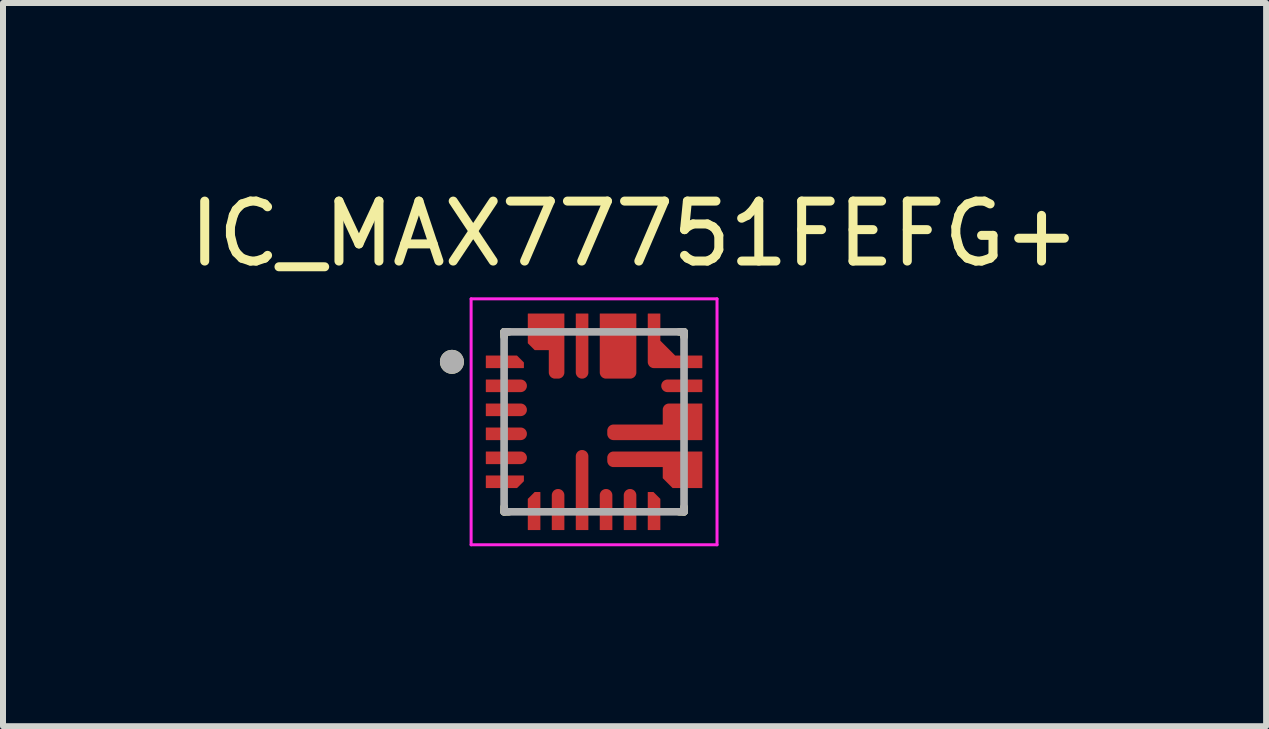
<source format=kicad_pcb>
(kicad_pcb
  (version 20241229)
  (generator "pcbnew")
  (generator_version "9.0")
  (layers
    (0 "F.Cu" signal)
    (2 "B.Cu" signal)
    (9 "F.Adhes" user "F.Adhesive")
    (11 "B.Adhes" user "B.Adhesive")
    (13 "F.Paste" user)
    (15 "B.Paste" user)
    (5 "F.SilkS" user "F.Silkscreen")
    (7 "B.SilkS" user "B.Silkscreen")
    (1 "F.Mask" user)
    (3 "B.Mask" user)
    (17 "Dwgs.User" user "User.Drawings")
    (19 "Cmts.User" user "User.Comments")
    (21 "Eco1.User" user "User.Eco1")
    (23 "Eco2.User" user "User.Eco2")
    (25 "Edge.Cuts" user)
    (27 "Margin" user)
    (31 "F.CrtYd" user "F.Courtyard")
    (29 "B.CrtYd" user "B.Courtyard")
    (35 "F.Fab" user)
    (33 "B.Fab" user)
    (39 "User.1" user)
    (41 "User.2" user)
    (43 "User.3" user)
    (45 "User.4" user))
  (footprint "IC_MAX77751FEFG+"
    (layer "F.Cu")
    (at 6.855 3.983)
    (property "Reference" "IC_MAX77751FEFG+" (at 0.675 -3.135 0) (layer "F.SilkS") (effects (font (size 1 1) (thickness 0.15))))
    (attr smd)
    (fp_poly (pts (xy -1.85 -0.85) (xy -1.125 -0.85) (xy -1.125 -1.013) (xy -1.262 -1.15) (xy -1.85 -1.15)) (stroke (width 0.01) (type solid)) (fill yes) (layer "F.Mask"))
    (fp_poly (pts (xy -1.85 0.85) (xy -1.125 0.85) (xy -1.125 1.013) (xy -1.262 1.15) (xy -1.85 1.15)) (stroke (width 0.01) (type solid)) (fill yes) (layer "F.Mask"))
    (fp_poly (pts (xy -0.85 1.85) (xy -0.85 1.125) (xy -1.013 1.125) (xy -1.15 1.262) (xy -1.15 1.85)) (stroke (width 0.01) (type solid)) (fill yes) (layer "F.Mask"))
    (fp_poly (pts (xy 0.85 1.85) (xy 0.85 1.125) (xy 1.013 1.125) (xy 1.15 1.262) (xy 1.15 1.85)) (stroke (width 0.01) (type solid)) (fill yes) (layer "F.Mask"))
    (fp_poly (pts (xy 1.85 -0.85) (xy 1 -0.85) (xy 0.992 -0.85) (xy 0.984 -0.851) (xy 0.977 -0.852) (xy 0.969 -0.853) (xy 0.961 -0.855) (xy 0.954 -0.857) (xy 0.946 -0.86) (xy 0.939 -0.863) (xy 0.932 -0.866) (xy 0.925 -0.87) (xy 0.918 -0.874) (xy 0.912 -0.879) (xy 0.906 -0.883) (xy 0.9 -0.889) (xy 0.894 -0.894) (xy 0.889 -0.9) (xy 0.883 -0.906) (xy 0.879 -0.912) (xy 0.874 -0.918) (xy 0.87 -0.925) (xy 0.866 -0.932) (xy 0.863 -0.939) (xy 0.86 -0.946) (xy 0.857 -0.954) (xy 0.855 -0.961) (xy 0.853 -0.969) (xy 0.852 -0.977) (xy 0.851 -0.984) (xy 0.85 -0.992) (xy 0.85 -1) (xy 0.85 -1.85) (xy 1.15 -1.85) (xy 1.15 -1.375) (xy 1.375 -1.15) (xy 1.85 -1.15) (xy 1.85 -0.85)) (stroke (width 0.01) (type solid)) (fill yes) (layer "F.Mask"))
    (fp_poly (pts (xy -1.85 -0.75) (xy -1.225 -0.75) (xy -1.217 -0.75) (xy -1.209 -0.749) (xy -1.202 -0.748) (xy -1.194 -0.747) (xy -1.186 -0.745) (xy -1.179 -0.743) (xy -1.171 -0.74) (xy -1.164 -0.737) (xy -1.157 -0.734) (xy -1.15 -0.73) (xy -1.143 -0.726) (xy -1.137 -0.721) (xy -1.131 -0.717) (xy -1.125 -0.711) (xy -1.119 -0.706) (xy -1.114 -0.7) (xy -1.108 -0.694) (xy -1.104 -0.688) (xy -1.099 -0.682) (xy -1.095 -0.675) (xy -1.091 -0.668) (xy -1.088 -0.661) (xy -1.085 -0.654) (xy -1.082 -0.646) (xy -1.08 -0.639) (xy -1.078 -0.631) (xy -1.077 -0.623) (xy -1.076 -0.616) (xy -1.075 -0.608) (xy -1.075 -0.6) (xy -1.075 -0.592) (xy -1.076 -0.584) (xy -1.077 -0.577) (xy -1.078 -0.569) (xy -1.08 -0.561) (xy -1.082 -0.554) (xy -1.085 -0.546) (xy -1.088 -0.539) (xy -1.091 -0.532) (xy -1.095 -0.525) (xy -1.099 -0.518) (xy -1.104 -0.512) (xy -1.108 -0.506) (xy -1.114 -0.5) (xy -1.119 -0.494) (xy -1.125 -0.489) (xy -1.131 -0.483) (xy -1.137 -0.479) (xy -1.143 -0.474) (xy -1.15 -0.47) (xy -1.157 -0.466) (xy -1.164 -0.463) (xy -1.171 -0.46) (xy -1.179 -0.457) (xy -1.186 -0.455) (xy -1.194 -0.453) (xy -1.202 -0.452) (xy -1.209 -0.451) (xy -1.217 -0.45) (xy -1.225 -0.45) (xy -1.85 -0.45) (xy -1.85 -0.75)) (stroke (width 0.01) (type solid)) (fill yes) (layer "F.Mask"))
    (fp_poly (pts (xy -1.85 -0.35) (xy -1.225 -0.35) (xy -1.217 -0.35) (xy -1.209 -0.349) (xy -1.202 -0.348) (xy -1.194 -0.347) (xy -1.186 -0.345) (xy -1.179 -0.343) (xy -1.171 -0.34) (xy -1.164 -0.337) (xy -1.157 -0.334) (xy -1.15 -0.33) (xy -1.143 -0.326) (xy -1.137 -0.321) (xy -1.131 -0.317) (xy -1.125 -0.311) (xy -1.119 -0.306) (xy -1.114 -0.3) (xy -1.108 -0.294) (xy -1.104 -0.288) (xy -1.099 -0.282) (xy -1.095 -0.275) (xy -1.091 -0.268) (xy -1.088 -0.261) (xy -1.085 -0.254) (xy -1.082 -0.246) (xy -1.08 -0.239) (xy -1.078 -0.231) (xy -1.077 -0.223) (xy -1.076 -0.216) (xy -1.075 -0.208) (xy -1.075 -0.2) (xy -1.075 -0.192) (xy -1.076 -0.184) (xy -1.077 -0.177) (xy -1.078 -0.169) (xy -1.08 -0.161) (xy -1.082 -0.154) (xy -1.085 -0.146) (xy -1.088 -0.139) (xy -1.091 -0.132) (xy -1.095 -0.125) (xy -1.099 -0.118) (xy -1.104 -0.112) (xy -1.108 -0.106) (xy -1.114 -0.1) (xy -1.119 -0.094) (xy -1.125 -0.089) (xy -1.131 -0.083) (xy -1.137 -0.079) (xy -1.143 -0.074) (xy -1.15 -0.07) (xy -1.157 -0.066) (xy -1.164 -0.063) (xy -1.171 -0.06) (xy -1.179 -0.057) (xy -1.186 -0.055) (xy -1.194 -0.053) (xy -1.202 -0.052) (xy -1.209 -0.051) (xy -1.217 -0.05) (xy -1.225 -0.05) (xy -1.85 -0.05) (xy -1.85 -0.35)) (stroke (width 0.01) (type solid)) (fill yes) (layer "F.Mask"))
    (fp_poly (pts (xy -1.85 0.05) (xy -1.225 0.05) (xy -1.217 0.05) (xy -1.209 0.051) (xy -1.202 0.052) (xy -1.194 0.053) (xy -1.186 0.055) (xy -1.179 0.057) (xy -1.171 0.06) (xy -1.164 0.063) (xy -1.157 0.066) (xy -1.15 0.07) (xy -1.143 0.074) (xy -1.137 0.079) (xy -1.131 0.083) (xy -1.125 0.089) (xy -1.119 0.094) (xy -1.114 0.1) (xy -1.108 0.106) (xy -1.104 0.112) (xy -1.099 0.118) (xy -1.095 0.125) (xy -1.091 0.132) (xy -1.088 0.139) (xy -1.085 0.146) (xy -1.082 0.154) (xy -1.08 0.161) (xy -1.078 0.169) (xy -1.077 0.177) (xy -1.076 0.184) (xy -1.075 0.192) (xy -1.075 0.2) (xy -1.075 0.208) (xy -1.076 0.216) (xy -1.077 0.223) (xy -1.078 0.231) (xy -1.08 0.239) (xy -1.082 0.246) (xy -1.085 0.254) (xy -1.088 0.261) (xy -1.091 0.268) (xy -1.095 0.275) (xy -1.099 0.282) (xy -1.104 0.288) (xy -1.108 0.294) (xy -1.114 0.3) (xy -1.119 0.306) (xy -1.125 0.311) (xy -1.131 0.317) (xy -1.137 0.321) (xy -1.143 0.326) (xy -1.15 0.33) (xy -1.157 0.334) (xy -1.164 0.337) (xy -1.171 0.34) (xy -1.179 0.343) (xy -1.186 0.345) (xy -1.194 0.347) (xy -1.202 0.348) (xy -1.209 0.349) (xy -1.217 0.35) (xy -1.225 0.35) (xy -1.85 0.35) (xy -1.85 0.05)) (stroke (width 0.01) (type solid)) (fill yes) (layer "F.Mask"))
    (fp_poly (pts (xy -1.85 0.45) (xy -1.225 0.45) (xy -1.217 0.45) (xy -1.209 0.451) (xy -1.202 0.452) (xy -1.194 0.453) (xy -1.186 0.455) (xy -1.179 0.457) (xy -1.171 0.46) (xy -1.164 0.463) (xy -1.157 0.466) (xy -1.15 0.47) (xy -1.143 0.474) (xy -1.137 0.479) (xy -1.131 0.483) (xy -1.125 0.489) (xy -1.119 0.494) (xy -1.114 0.5) (xy -1.108 0.506) (xy -1.104 0.512) (xy -1.099 0.518) (xy -1.095 0.525) (xy -1.091 0.532) (xy -1.088 0.539) (xy -1.085 0.546) (xy -1.082 0.554) (xy -1.08 0.561) (xy -1.078 0.569) (xy -1.077 0.577) (xy -1.076 0.584) (xy -1.075 0.592) (xy -1.075 0.6) (xy -1.075 0.608) (xy -1.076 0.616) (xy -1.077 0.623) (xy -1.078 0.631) (xy -1.08 0.639) (xy -1.082 0.646) (xy -1.085 0.654) (xy -1.088 0.661) (xy -1.091 0.668) (xy -1.095 0.675) (xy -1.099 0.682) (xy -1.104 0.688) (xy -1.108 0.694) (xy -1.114 0.7) (xy -1.119 0.706) (xy -1.125 0.711) (xy -1.131 0.717) (xy -1.137 0.721) (xy -1.143 0.726) (xy -1.15 0.73) (xy -1.157 0.734) (xy -1.164 0.737) (xy -1.171 0.74) (xy -1.179 0.743) (xy -1.186 0.745) (xy -1.194 0.747) (xy -1.202 0.748) (xy -1.209 0.749) (xy -1.217 0.75) (xy -1.225 0.75) (xy -1.85 0.75) (xy -1.85 0.45)) (stroke (width 0.01) (type solid)) (fill yes) (layer "F.Mask"))
    (fp_poly (pts (xy -0.75 1.85) (xy -0.75 1.225) (xy -0.75 1.217) (xy -0.749 1.209) (xy -0.748 1.202) (xy -0.747 1.194) (xy -0.745 1.186) (xy -0.743 1.179) (xy -0.74 1.171) (xy -0.737 1.164) (xy -0.734 1.157) (xy -0.73 1.15) (xy -0.726 1.143) (xy -0.721 1.137) (xy -0.717 1.131) (xy -0.711 1.125) (xy -0.706 1.119) (xy -0.7 1.114) (xy -0.694 1.108) (xy -0.688 1.104) (xy -0.682 1.099) (xy -0.675 1.095) (xy -0.668 1.091) (xy -0.661 1.088) (xy -0.654 1.085) (xy -0.646 1.082) (xy -0.639 1.08) (xy -0.631 1.078) (xy -0.623 1.077) (xy -0.616 1.076) (xy -0.608 1.075) (xy -0.6 1.075) (xy -0.592 1.075) (xy -0.584 1.076) (xy -0.577 1.077) (xy -0.569 1.078) (xy -0.561 1.08) (xy -0.554 1.082) (xy -0.546 1.085) (xy -0.539 1.088) (xy -0.532 1.091) (xy -0.525 1.095) (xy -0.518 1.099) (xy -0.512 1.104) (xy -0.506 1.108) (xy -0.5 1.114) (xy -0.494 1.119) (xy -0.489 1.125) (xy -0.483 1.131) (xy -0.479 1.137) (xy -0.474 1.143) (xy -0.47 1.15) (xy -0.466 1.157) (xy -0.463 1.164) (xy -0.46 1.171) (xy -0.457 1.179) (xy -0.455 1.186) (xy -0.453 1.194) (xy -0.452 1.202) (xy -0.451 1.209) (xy -0.45 1.217) (xy -0.45 1.225) (xy -0.45 1.85) (xy -0.75 1.85)) (stroke (width 0.01) (type solid)) (fill yes) (layer "F.Mask"))
    (fp_poly (pts (xy -0.35 1.85) (xy -0.35 0.575) (xy -0.35 0.567) (xy -0.349 0.559) (xy -0.348 0.552) (xy -0.347 0.544) (xy -0.345 0.536) (xy -0.343 0.529) (xy -0.34 0.521) (xy -0.337 0.514) (xy -0.334 0.507) (xy -0.33 0.5) (xy -0.326 0.493) (xy -0.321 0.487) (xy -0.317 0.481) (xy -0.311 0.475) (xy -0.306 0.469) (xy -0.3 0.464) (xy -0.294 0.458) (xy -0.288 0.454) (xy -0.282 0.449) (xy -0.275 0.445) (xy -0.268 0.441) (xy -0.261 0.438) (xy -0.254 0.435) (xy -0.246 0.432) (xy -0.239 0.43) (xy -0.231 0.428) (xy -0.223 0.427) (xy -0.216 0.426) (xy -0.208 0.425) (xy -0.2 0.425) (xy -0.192 0.425) (xy -0.184 0.426) (xy -0.177 0.427) (xy -0.169 0.428) (xy -0.161 0.43) (xy -0.154 0.432) (xy -0.146 0.435) (xy -0.139 0.438) (xy -0.132 0.441) (xy -0.125 0.445) (xy -0.118 0.449) (xy -0.112 0.454) (xy -0.106 0.458) (xy -0.1 0.464) (xy -0.094 0.469) (xy -0.089 0.475) (xy -0.083 0.481) (xy -0.079 0.487) (xy -0.074 0.493) (xy -0.07 0.5) (xy -0.066 0.507) (xy -0.063 0.514) (xy -0.06 0.521) (xy -0.057 0.529) (xy -0.055 0.536) (xy -0.053 0.544) (xy -0.052 0.552) (xy -0.051 0.559) (xy -0.05 0.567) (xy -0.05 0.575) (xy -0.05 1.85) (xy -0.35 1.85)) (stroke (width 0.01) (type solid)) (fill yes) (layer "F.Mask"))
    (fp_poly (pts (xy -0.05 -1.85) (xy -0.05 -0.825) (xy -0.05 -0.817) (xy -0.051 -0.809) (xy -0.052 -0.802) (xy -0.053 -0.794) (xy -0.055 -0.786) (xy -0.057 -0.779) (xy -0.06 -0.771) (xy -0.063 -0.764) (xy -0.066 -0.757) (xy -0.07 -0.75) (xy -0.074 -0.743) (xy -0.079 -0.737) (xy -0.083 -0.731) (xy -0.089 -0.725) (xy -0.094 -0.719) (xy -0.1 -0.714) (xy -0.106 -0.708) (xy -0.112 -0.704) (xy -0.118 -0.699) (xy -0.125 -0.695) (xy -0.132 -0.691) (xy -0.139 -0.688) (xy -0.146 -0.685) (xy -0.154 -0.682) (xy -0.161 -0.68) (xy -0.169 -0.678) (xy -0.177 -0.677) (xy -0.184 -0.676) (xy -0.192 -0.675) (xy -0.2 -0.675) (xy -0.208 -0.675) (xy -0.216 -0.676) (xy -0.223 -0.677) (xy -0.231 -0.678) (xy -0.239 -0.68) (xy -0.246 -0.682) (xy -0.254 -0.685) (xy -0.261 -0.688) (xy -0.268 -0.691) (xy -0.275 -0.695) (xy -0.282 -0.699) (xy -0.288 -0.704) (xy -0.294 -0.708) (xy -0.3 -0.714) (xy -0.306 -0.719) (xy -0.311 -0.725) (xy -0.317 -0.731) (xy -0.321 -0.737) (xy -0.326 -0.743) (xy -0.33 -0.75) (xy -0.334 -0.757) (xy -0.337 -0.764) (xy -0.34 -0.771) (xy -0.343 -0.779) (xy -0.345 -0.786) (xy -0.347 -0.794) (xy -0.348 -0.802) (xy -0.349 -0.809) (xy -0.35 -0.817) (xy -0.35 -0.825) (xy -0.35 -1.85) (xy -0.05 -1.85)) (stroke (width 0.01) (type solid)) (fill yes) (layer "F.Mask"))
    (fp_poly (pts (xy 0.05 1.85) (xy 0.05 1.225) (xy 0.05 1.217) (xy 0.051 1.209) (xy 0.052 1.202) (xy 0.053 1.194) (xy 0.055 1.186) (xy 0.057 1.179) (xy 0.06 1.171) (xy 0.063 1.164) (xy 0.066 1.157) (xy 0.07 1.15) (xy 0.074 1.143) (xy 0.079 1.137) (xy 0.083 1.131) (xy 0.089 1.125) (xy 0.094 1.119) (xy 0.1 1.114) (xy 0.106 1.108) (xy 0.112 1.104) (xy 0.118 1.099) (xy 0.125 1.095) (xy 0.132 1.091) (xy 0.139 1.088) (xy 0.146 1.085) (xy 0.154 1.082) (xy 0.161 1.08) (xy 0.169 1.078) (xy 0.177 1.077) (xy 0.184 1.076) (xy 0.192 1.075) (xy 0.2 1.075) (xy 0.208 1.075) (xy 0.216 1.076) (xy 0.223 1.077) (xy 0.231 1.078) (xy 0.239 1.08) (xy 0.246 1.082) (xy 0.254 1.085) (xy 0.261 1.088) (xy 0.268 1.091) (xy 0.275 1.095) (xy 0.282 1.099) (xy 0.288 1.104) (xy 0.294 1.108) (xy 0.3 1.114) (xy 0.306 1.119) (xy 0.311 1.125) (xy 0.317 1.131) (xy 0.321 1.137) (xy 0.326 1.143) (xy 0.33 1.15) (xy 0.334 1.157) (xy 0.337 1.164) (xy 0.34 1.171) (xy 0.343 1.179) (xy 0.345 1.186) (xy 0.347 1.194) (xy 0.348 1.202) (xy 0.349 1.209) (xy 0.35 1.217) (xy 0.35 1.225) (xy 0.35 1.85) (xy 0.05 1.85)) (stroke (width 0.01) (type solid)) (fill yes) (layer "F.Mask"))
    (fp_poly (pts (xy 0.45 1.85) (xy 0.45 1.225) (xy 0.45 1.217) (xy 0.451 1.209) (xy 0.452 1.202) (xy 0.453 1.194) (xy 0.455 1.186) (xy 0.457 1.179) (xy 0.46 1.171) (xy 0.463 1.164) (xy 0.466 1.157) (xy 0.47 1.15) (xy 0.474 1.143) (xy 0.479 1.137) (xy 0.483 1.131) (xy 0.489 1.125) (xy 0.494 1.119) (xy 0.5 1.114) (xy 0.506 1.108) (xy 0.512 1.104) (xy 0.518 1.099) (xy 0.525 1.095) (xy 0.532 1.091) (xy 0.539 1.088) (xy 0.546 1.085) (xy 0.554 1.082) (xy 0.561 1.08) (xy 0.569 1.078) (xy 0.577 1.077) (xy 0.584 1.076) (xy 0.592 1.075) (xy 0.6 1.075) (xy 0.608 1.075) (xy 0.616 1.076) (xy 0.623 1.077) (xy 0.631 1.078) (xy 0.639 1.08) (xy 0.646 1.082) (xy 0.654 1.085) (xy 0.661 1.088) (xy 0.668 1.091) (xy 0.675 1.095) (xy 0.682 1.099) (xy 0.688 1.104) (xy 0.694 1.108) (xy 0.7 1.114) (xy 0.706 1.119) (xy 0.711 1.125) (xy 0.717 1.131) (xy 0.721 1.137) (xy 0.726 1.143) (xy 0.73 1.15) (xy 0.734 1.157) (xy 0.737 1.164) (xy 0.74 1.171) (xy 0.743 1.179) (xy 0.745 1.186) (xy 0.747 1.194) (xy 0.748 1.202) (xy 0.749 1.209) (xy 0.75 1.217) (xy 0.75 1.225) (xy 0.75 1.85) (xy 0.45 1.85)) (stroke (width 0.01) (type solid)) (fill yes) (layer "F.Mask"))
    (fp_poly (pts (xy 1.85 -0.45) (xy 1.225 -0.45) (xy 1.217 -0.45) (xy 1.209 -0.451) (xy 1.202 -0.452) (xy 1.194 -0.453) (xy 1.186 -0.455) (xy 1.179 -0.457) (xy 1.171 -0.46) (xy 1.164 -0.463) (xy 1.157 -0.466) (xy 1.15 -0.47) (xy 1.143 -0.474) (xy 1.137 -0.479) (xy 1.131 -0.483) (xy 1.125 -0.489) (xy 1.119 -0.494) (xy 1.114 -0.5) (xy 1.108 -0.506) (xy 1.104 -0.512) (xy 1.099 -0.518) (xy 1.095 -0.525) (xy 1.091 -0.532) (xy 1.088 -0.539) (xy 1.085 -0.546) (xy 1.082 -0.554) (xy 1.08 -0.561) (xy 1.078 -0.569) (xy 1.077 -0.577) (xy 1.076 -0.584) (xy 1.075 -0.592) (xy 1.075 -0.6) (xy 1.075 -0.608) (xy 1.076 -0.616) (xy 1.077 -0.623) (xy 1.078 -0.631) (xy 1.08 -0.639) (xy 1.082 -0.646) (xy 1.085 -0.654) (xy 1.088 -0.661) (xy 1.091 -0.668) (xy 1.095 -0.675) (xy 1.099 -0.682) (xy 1.104 -0.688) (xy 1.108 -0.694) (xy 1.114 -0.7) (xy 1.119 -0.706) (xy 1.125 -0.711) (xy 1.131 -0.717) (xy 1.137 -0.721) (xy 1.143 -0.726) (xy 1.15 -0.73) (xy 1.157 -0.734) (xy 1.164 -0.737) (xy 1.171 -0.74) (xy 1.179 -0.743) (xy 1.186 -0.745) (xy 1.194 -0.747) (xy 1.202 -0.748) (xy 1.209 -0.749) (xy 1.217 -0.75) (xy 1.225 -0.75) (xy 1.85 -0.75) (xy 1.85 -0.45)) (stroke (width 0.01) (type solid)) (fill yes) (layer "F.Mask"))
    (fp_poly (pts (xy 0.75 -1.85) (xy 0.75 -0.825) (xy 0.75 -0.817) (xy 0.749 -0.809) (xy 0.748 -0.802) (xy 0.747 -0.794) (xy 0.745 -0.786) (xy 0.743 -0.779) (xy 0.74 -0.771) (xy 0.737 -0.764) (xy 0.734 -0.757) (xy 0.73 -0.75) (xy 0.726 -0.743) (xy 0.721 -0.737) (xy 0.717 -0.731) (xy 0.711 -0.725) (xy 0.706 -0.719) (xy 0.7 -0.714) (xy 0.694 -0.708) (xy 0.688 -0.704) (xy 0.682 -0.699) (xy 0.675 -0.695) (xy 0.668 -0.691) (xy 0.661 -0.688) (xy 0.654 -0.685) (xy 0.646 -0.682) (xy 0.639 -0.68) (xy 0.631 -0.678) (xy 0.623 -0.677) (xy 0.616 -0.676) (xy 0.608 -0.675) (xy 0.6 -0.675) (xy 0.2 -0.675) (xy 0.192 -0.675) (xy 0.184 -0.676) (xy 0.177 -0.677) (xy 0.169 -0.678) (xy 0.161 -0.68) (xy 0.154 -0.682) (xy 0.146 -0.685) (xy 0.139 -0.688) (xy 0.132 -0.691) (xy 0.125 -0.695) (xy 0.118 -0.699) (xy 0.112 -0.704) (xy 0.106 -0.708) (xy 0.1 -0.714) (xy 0.094 -0.719) (xy 0.089 -0.725) (xy 0.083 -0.731) (xy 0.079 -0.737) (xy 0.074 -0.743) (xy 0.07 -0.75) (xy 0.066 -0.757) (xy 0.063 -0.764) (xy 0.06 -0.771) (xy 0.057 -0.779) (xy 0.055 -0.786) (xy 0.053 -0.794) (xy 0.052 -0.802) (xy 0.051 -0.809) (xy 0.05 -0.817) (xy 0.05 -0.825) (xy 0.05 -1.85) (xy 0.75 -1.85)) (stroke (width 0.01) (type solid)) (fill yes) (layer "F.Mask"))
    (fp_poly (pts (xy -0.45 -1.85) (xy -0.45 -0.825) (xy -0.45 -0.817) (xy -0.451 -0.809) (xy -0.452 -0.802) (xy -0.453 -0.794) (xy -0.455 -0.786) (xy -0.457 -0.779) (xy -0.46 -0.771) (xy -0.463 -0.764) (xy -0.466 -0.757) (xy -0.47 -0.75) (xy -0.474 -0.743) (xy -0.479 -0.737) (xy -0.483 -0.731) (xy -0.489 -0.725) (xy -0.494 -0.719) (xy -0.5 -0.714) (xy -0.506 -0.708) (xy -0.512 -0.704) (xy -0.518 -0.699) (xy -0.525 -0.695) (xy -0.532 -0.691) (xy -0.539 -0.688) (xy -0.546 -0.685) (xy -0.554 -0.682) (xy -0.561 -0.68) (xy -0.569 -0.678) (xy -0.577 -0.677) (xy -0.584 -0.676) (xy -0.592 -0.675) (xy -0.6 -0.675) (xy -0.65 -0.675) (xy -0.658 -0.675) (xy -0.666 -0.676) (xy -0.673 -0.677) (xy -0.681 -0.678) (xy -0.689 -0.68) (xy -0.696 -0.682) (xy -0.704 -0.685) (xy -0.711 -0.688) (xy -0.718 -0.691) (xy -0.725 -0.695) (xy -0.732 -0.699) (xy -0.738 -0.704) (xy -0.744 -0.708) (xy -0.75 -0.714) (xy -0.756 -0.719) (xy -0.761 -0.725) (xy -0.767 -0.731) (xy -0.771 -0.737) (xy -0.776 -0.743) (xy -0.78 -0.75) (xy -0.784 -0.757) (xy -0.787 -0.764) (xy -0.79 -0.771) (xy -0.793 -0.779) (xy -0.795 -0.786) (xy -0.797 -0.794) (xy -0.798 -0.802) (xy -0.799 -0.809) (xy -0.8 -0.817) (xy -0.8 -0.825) (xy -0.8 -1.15) (xy -1.013 -1.15) (xy -1.15 -1.287) (xy -1.15 -1.85) (xy -0.45 -1.85)) (stroke (width 0.01) (type solid)) (fill yes) (layer "F.Mask"))
    (fp_poly (pts (xy 1.85 1.15) (xy 1.287 1.15) (xy 1.1 0.963) (xy 1.1 0.8) (xy 0.325 0.8) (xy 0.317 0.8) (xy 0.309 0.799) (xy 0.302 0.798) (xy 0.294 0.797) (xy 0.286 0.795) (xy 0.279 0.793) (xy 0.271 0.79) (xy 0.264 0.787) (xy 0.257 0.784) (xy 0.25 0.78) (xy 0.243 0.776) (xy 0.237 0.771) (xy 0.231 0.767) (xy 0.225 0.761) (xy 0.219 0.756) (xy 0.214 0.75) (xy 0.208 0.744) (xy 0.204 0.738) (xy 0.199 0.732) (xy 0.195 0.725) (xy 0.191 0.718) (xy 0.188 0.711) (xy 0.185 0.704) (xy 0.182 0.696) (xy 0.18 0.689) (xy 0.178 0.681) (xy 0.177 0.673) (xy 0.176 0.666) (xy 0.175 0.658) (xy 0.175 0.65) (xy 0.175 0.6) (xy 0.175 0.592) (xy 0.176 0.584) (xy 0.177 0.577) (xy 0.178 0.569) (xy 0.18 0.561) (xy 0.182 0.554) (xy 0.185 0.546) (xy 0.188 0.539) (xy 0.191 0.532) (xy 0.195 0.525) (xy 0.199 0.518) (xy 0.204 0.512) (xy 0.208 0.506) (xy 0.214 0.5) (xy 0.219 0.494) (xy 0.225 0.489) (xy 0.231 0.483) (xy 0.237 0.479) (xy 0.243 0.474) (xy 0.25 0.47) (xy 0.257 0.466) (xy 0.264 0.463) (xy 0.271 0.46) (xy 0.279 0.457) (xy 0.286 0.455) (xy 0.294 0.453) (xy 0.302 0.452) (xy 0.309 0.451) (xy 0.317 0.45) (xy 0.325 0.45) (xy 1.85 0.45) (xy 1.85 1.15)) (stroke (width 0.01) (type solid)) (fill yes) (layer "F.Mask"))
    (fp_poly (pts (xy 1.85 0.35) (xy 0.325 0.35) (xy 0.317 0.35) (xy 0.309 0.349) (xy 0.302 0.348) (xy 0.294 0.347) (xy 0.286 0.345) (xy 0.279 0.343) (xy 0.271 0.34) (xy 0.264 0.337) (xy 0.257 0.334) (xy 0.25 0.33) (xy 0.243 0.326) (xy 0.237 0.321) (xy 0.231 0.317) (xy 0.225 0.311) (xy 0.219 0.306) (xy 0.214 0.3) (xy 0.208 0.294) (xy 0.204 0.288) (xy 0.199 0.282) (xy 0.195 0.275) (xy 0.191 0.268) (xy 0.188 0.261) (xy 0.185 0.254) (xy 0.182 0.246) (xy 0.18 0.239) (xy 0.178 0.231) (xy 0.177 0.223) (xy 0.176 0.216) (xy 0.175 0.208) (xy 0.175 0.2) (xy 0.175 0.15) (xy 0.175 0.142) (xy 0.176 0.134) (xy 0.177 0.127) (xy 0.178 0.119) (xy 0.18 0.111) (xy 0.182 0.104) (xy 0.185 0.096) (xy 0.188 0.089) (xy 0.191 0.082) (xy 0.195 0.075) (xy 0.199 0.068) (xy 0.204 0.062) (xy 0.208 0.056) (xy 0.214 0.05) (xy 0.219 0.044) (xy 0.225 0.039) (xy 0.231 0.033) (xy 0.237 0.029) (xy 0.243 0.024) (xy 0.25 0.02) (xy 0.257 0.016) (xy 0.264 0.013) (xy 0.271 0.01) (xy 0.279 0.007) (xy 0.286 0.005) (xy 0.294 0.003) (xy 0.302 0.002) (xy 0.309 0.001) (xy 0.317 0) (xy 0.325 0) (xy 1.1 0) (xy 1.1 -0.2) (xy 1.1 -0.208) (xy 1.101 -0.216) (xy 1.102 -0.223) (xy 1.103 -0.231) (xy 1.105 -0.239) (xy 1.107 -0.246) (xy 1.11 -0.254) (xy 1.113 -0.261) (xy 1.116 -0.268) (xy 1.12 -0.275) (xy 1.124 -0.282) (xy 1.129 -0.288) (xy 1.133 -0.294) (xy 1.139 -0.3) (xy 1.144 -0.306) (xy 1.15 -0.311) (xy 1.156 -0.317) (xy 1.162 -0.321) (xy 1.168 -0.326) (xy 1.175 -0.33) (xy 1.182 -0.334) (xy 1.189 -0.337) (xy 1.196 -0.34) (xy 1.204 -0.343) (xy 1.211 -0.345) (xy 1.219 -0.347) (xy 1.227 -0.348) (xy 1.234 -0.349) (xy 1.242 -0.35) (xy 1.25 -0.35) (xy 1.85 -0.35) (xy 1.85 0.35)) (stroke (width 0.01) (type solid)) (fill yes) (layer "F.Mask"))
    (fp_line (start -1.5 -1.5) (end -1.5 -1.42) (stroke (width 0.127) (type solid)) (layer "F.SilkS"))
    (fp_line (start -1.5 -1.5) (end -1.42 -1.5) (stroke (width 0.127) (type solid)) (layer "F.SilkS"))
    (fp_line (start -1.5 1.5) (end -1.5 1.42) (stroke (width 0.127) (type solid)) (layer "F.SilkS"))
    (fp_line (start -1.5 1.5) (end -1.42 1.5) (stroke (width 0.127) (type solid)) (layer "F.SilkS"))
    (fp_line (start 1.5 -1.5) (end 1.42 -1.5) (stroke (width 0.127) (type solid)) (layer "F.SilkS"))
    (fp_line (start 1.5 -1.5) (end 1.5 -1.42) (stroke (width 0.127) (type solid)) (layer "F.SilkS"))
    (fp_line (start 1.5 1.5) (end 1.42 1.5) (stroke (width 0.127) (type solid)) (layer "F.SilkS"))
    (fp_line (start 1.5 1.5) (end 1.5 1.42) (stroke (width 0.127) (type solid)) (layer "F.SilkS"))
    (fp_circle (center -2.37 -1) (end -2.27 -1) (stroke (width 0.2) (type solid)) (fill no) (layer "F.SilkS"))
    (fp_poly (pts (xy -1.8 -0.9) (xy -1.175 -0.9) (xy -1.175 -0.988) (xy -1.287 -1.1) (xy -1.8 -1.1)) (stroke (width 0.01) (type solid)) (fill yes) (layer "F.Paste"))
    (fp_poly (pts (xy -1.8 0.9) (xy -1.175 0.9) (xy -1.175 0.988) (xy -1.287 1.1) (xy -1.8 1.1)) (stroke (width 0.01) (type solid)) (fill yes) (layer "F.Paste"))
    (fp_poly (pts (xy -0.9 1.8) (xy -0.9 1.175) (xy -0.988 1.175) (xy -1.1 1.287) (xy -1.1 1.8)) (stroke (width 0.01) (type solid)) (fill yes) (layer "F.Paste"))
    (fp_poly (pts (xy 0.9 1.8) (xy 0.9 1.175) (xy 0.988 1.175) (xy 1.1 1.287) (xy 1.1 1.8)) (stroke (width 0.01) (type solid)) (fill yes) (layer "F.Paste"))
    (fp_poly (pts (xy 1.8 -0.9) (xy 1 -0.9) (xy 0.995 -0.9) (xy 0.99 -0.901) (xy 0.984 -0.901) (xy 0.979 -0.902) (xy 0.974 -0.903) (xy 0.969 -0.905) (xy 0.964 -0.907) (xy 0.959 -0.909) (xy 0.955 -0.911) (xy 0.95 -0.913) (xy 0.946 -0.916) (xy 0.941 -0.919) (xy 0.937 -0.922) (xy 0.933 -0.926) (xy 0.929 -0.929) (xy 0.926 -0.933) (xy 0.922 -0.937) (xy 0.919 -0.941) (xy 0.916 -0.946) (xy 0.913 -0.95) (xy 0.911 -0.955) (xy 0.909 -0.959) (xy 0.907 -0.964) (xy 0.905 -0.969) (xy 0.903 -0.974) (xy 0.902 -0.979) (xy 0.901 -0.984) (xy 0.901 -0.99) (xy 0.9 -0.995) (xy 0.9 -1) (xy 0.9 -1.8) (xy 1.1 -1.8) (xy 1.1 -1.35) (xy 1.35 -1.1) (xy 1.8 -1.1) (xy 1.8 -0.9)) (stroke (width 0.01) (type solid)) (fill yes) (layer "F.Paste"))
    (fp_poly (pts (xy -1.8 -0.7) (xy -1.225 -0.7) (xy -1.22 -0.7) (xy -1.215 -0.699) (xy -1.209 -0.699) (xy -1.204 -0.698) (xy -1.199 -0.697) (xy -1.194 -0.695) (xy -1.189 -0.693) (xy -1.184 -0.691) (xy -1.18 -0.689) (xy -1.175 -0.687) (xy -1.171 -0.684) (xy -1.166 -0.681) (xy -1.162 -0.678) (xy -1.158 -0.674) (xy -1.154 -0.671) (xy -1.151 -0.667) (xy -1.147 -0.663) (xy -1.144 -0.659) (xy -1.141 -0.654) (xy -1.138 -0.65) (xy -1.136 -0.645) (xy -1.134 -0.641) (xy -1.132 -0.636) (xy -1.13 -0.631) (xy -1.128 -0.626) (xy -1.127 -0.621) (xy -1.126 -0.616) (xy -1.126 -0.61) (xy -1.125 -0.605) (xy -1.125 -0.6) (xy -1.125 -0.595) (xy -1.126 -0.59) (xy -1.126 -0.584) (xy -1.127 -0.579) (xy -1.128 -0.574) (xy -1.13 -0.569) (xy -1.132 -0.564) (xy -1.134 -0.559) (xy -1.136 -0.555) (xy -1.138 -0.55) (xy -1.141 -0.546) (xy -1.144 -0.541) (xy -1.147 -0.537) (xy -1.151 -0.533) (xy -1.154 -0.529) (xy -1.158 -0.526) (xy -1.162 -0.522) (xy -1.166 -0.519) (xy -1.171 -0.516) (xy -1.175 -0.513) (xy -1.18 -0.511) (xy -1.184 -0.509) (xy -1.189 -0.507) (xy -1.194 -0.505) (xy -1.199 -0.503) (xy -1.204 -0.502) (xy -1.209 -0.501) (xy -1.215 -0.501) (xy -1.22 -0.5) (xy -1.225 -0.5) (xy -1.8 -0.5) (xy -1.8 -0.7)) (stroke (width 0.01) (type solid)) (fill yes) (layer "F.Paste"))
    (fp_poly (pts (xy -1.8 -0.3) (xy -1.225 -0.3) (xy -1.22 -0.3) (xy -1.215 -0.299) (xy -1.209 -0.299) (xy -1.204 -0.298) (xy -1.199 -0.297) (xy -1.194 -0.295) (xy -1.189 -0.293) (xy -1.184 -0.291) (xy -1.18 -0.289) (xy -1.175 -0.287) (xy -1.171 -0.284) (xy -1.166 -0.281) (xy -1.162 -0.278) (xy -1.158 -0.274) (xy -1.154 -0.271) (xy -1.151 -0.267) (xy -1.147 -0.263) (xy -1.144 -0.259) (xy -1.141 -0.254) (xy -1.138 -0.25) (xy -1.136 -0.245) (xy -1.134 -0.241) (xy -1.132 -0.236) (xy -1.13 -0.231) (xy -1.128 -0.226) (xy -1.127 -0.221) (xy -1.126 -0.216) (xy -1.126 -0.21) (xy -1.125 -0.205) (xy -1.125 -0.2) (xy -1.125 -0.195) (xy -1.126 -0.19) (xy -1.126 -0.184) (xy -1.127 -0.179) (xy -1.128 -0.174) (xy -1.13 -0.169) (xy -1.132 -0.164) (xy -1.134 -0.159) (xy -1.136 -0.155) (xy -1.138 -0.15) (xy -1.141 -0.146) (xy -1.144 -0.141) (xy -1.147 -0.137) (xy -1.151 -0.133) (xy -1.154 -0.129) (xy -1.158 -0.126) (xy -1.162 -0.122) (xy -1.166 -0.119) (xy -1.171 -0.116) (xy -1.175 -0.113) (xy -1.18 -0.111) (xy -1.184 -0.109) (xy -1.189 -0.107) (xy -1.194 -0.105) (xy -1.199 -0.103) (xy -1.204 -0.102) (xy -1.209 -0.101) (xy -1.215 -0.101) (xy -1.22 -0.1) (xy -1.225 -0.1) (xy -1.8 -0.1) (xy -1.8 -0.3)) (stroke (width 0.01) (type solid)) (fill yes) (layer "F.Paste"))
    (fp_poly (pts (xy -1.8 0.1) (xy -1.225 0.1) (xy -1.22 0.1) (xy -1.215 0.101) (xy -1.209 0.101) (xy -1.204 0.102) (xy -1.199 0.103) (xy -1.194 0.105) (xy -1.189 0.107) (xy -1.184 0.109) (xy -1.18 0.111) (xy -1.175 0.113) (xy -1.171 0.116) (xy -1.166 0.119) (xy -1.162 0.122) (xy -1.158 0.126) (xy -1.154 0.129) (xy -1.151 0.133) (xy -1.147 0.137) (xy -1.144 0.141) (xy -1.141 0.146) (xy -1.138 0.15) (xy -1.136 0.155) (xy -1.134 0.159) (xy -1.132 0.164) (xy -1.13 0.169) (xy -1.128 0.174) (xy -1.127 0.179) (xy -1.126 0.184) (xy -1.126 0.19) (xy -1.125 0.195) (xy -1.125 0.2) (xy -1.125 0.205) (xy -1.126 0.21) (xy -1.126 0.216) (xy -1.127 0.221) (xy -1.128 0.226) (xy -1.13 0.231) (xy -1.132 0.236) (xy -1.134 0.241) (xy -1.136 0.245) (xy -1.138 0.25) (xy -1.141 0.254) (xy -1.144 0.259) (xy -1.147 0.263) (xy -1.151 0.267) (xy -1.154 0.271) (xy -1.158 0.274) (xy -1.162 0.278) (xy -1.166 0.281) (xy -1.171 0.284) (xy -1.175 0.287) (xy -1.18 0.289) (xy -1.184 0.291) (xy -1.189 0.293) (xy -1.194 0.295) (xy -1.199 0.297) (xy -1.204 0.298) (xy -1.209 0.299) (xy -1.215 0.299) (xy -1.22 0.3) (xy -1.225 0.3) (xy -1.8 0.3) (xy -1.8 0.1)) (stroke (width 0.01) (type solid)) (fill yes) (layer "F.Paste"))
    (fp_poly (pts (xy -1.8 0.5) (xy -1.225 0.5) (xy -1.22 0.5) (xy -1.215 0.501) (xy -1.209 0.501) (xy -1.204 0.502) (xy -1.199 0.503) (xy -1.194 0.505) (xy -1.189 0.507) (xy -1.184 0.509) (xy -1.18 0.511) (xy -1.175 0.513) (xy -1.171 0.516) (xy -1.166 0.519) (xy -1.162 0.522) (xy -1.158 0.526) (xy -1.154 0.529) (xy -1.151 0.533) (xy -1.147 0.537) (xy -1.144 0.541) (xy -1.141 0.546) (xy -1.138 0.55) (xy -1.136 0.555) (xy -1.134 0.559) (xy -1.132 0.564) (xy -1.13 0.569) (xy -1.128 0.574) (xy -1.127 0.579) (xy -1.126 0.584) (xy -1.126 0.59) (xy -1.125 0.595) (xy -1.125 0.6) (xy -1.125 0.605) (xy -1.126 0.61) (xy -1.126 0.616) (xy -1.127 0.621) (xy -1.128 0.626) (xy -1.13 0.631) (xy -1.132 0.636) (xy -1.134 0.641) (xy -1.136 0.645) (xy -1.138 0.65) (xy -1.141 0.654) (xy -1.144 0.659) (xy -1.147 0.663) (xy -1.151 0.667) (xy -1.154 0.671) (xy -1.158 0.674) (xy -1.162 0.678) (xy -1.166 0.681) (xy -1.171 0.684) (xy -1.175 0.687) (xy -1.18 0.689) (xy -1.184 0.691) (xy -1.189 0.693) (xy -1.194 0.695) (xy -1.199 0.697) (xy -1.204 0.698) (xy -1.209 0.699) (xy -1.215 0.699) (xy -1.22 0.7) (xy -1.225 0.7) (xy -1.8 0.7) (xy -1.8 0.5)) (stroke (width 0.01) (type solid)) (fill yes) (layer "F.Paste"))
    (fp_poly (pts (xy -0.7 1.8) (xy -0.7 1.225) (xy -0.7 1.22) (xy -0.699 1.215) (xy -0.699 1.209) (xy -0.698 1.204) (xy -0.697 1.199) (xy -0.695 1.194) (xy -0.693 1.189) (xy -0.691 1.184) (xy -0.689 1.18) (xy -0.687 1.175) (xy -0.684 1.171) (xy -0.681 1.166) (xy -0.678 1.162) (xy -0.674 1.158) (xy -0.671 1.154) (xy -0.667 1.151) (xy -0.663 1.147) (xy -0.659 1.144) (xy -0.654 1.141) (xy -0.65 1.138) (xy -0.645 1.136) (xy -0.641 1.134) (xy -0.636 1.132) (xy -0.631 1.13) (xy -0.626 1.128) (xy -0.621 1.127) (xy -0.616 1.126) (xy -0.61 1.126) (xy -0.605 1.125) (xy -0.6 1.125) (xy -0.595 1.125) (xy -0.59 1.126) (xy -0.584 1.126) (xy -0.579 1.127) (xy -0.574 1.128) (xy -0.569 1.13) (xy -0.564 1.132) (xy -0.559 1.134) (xy -0.555 1.136) (xy -0.55 1.138) (xy -0.546 1.141) (xy -0.541 1.144) (xy -0.537 1.147) (xy -0.533 1.151) (xy -0.529 1.154) (xy -0.526 1.158) (xy -0.522 1.162) (xy -0.519 1.166) (xy -0.516 1.171) (xy -0.513 1.175) (xy -0.511 1.18) (xy -0.509 1.184) (xy -0.507 1.189) (xy -0.505 1.194) (xy -0.503 1.199) (xy -0.502 1.204) (xy -0.501 1.209) (xy -0.501 1.215) (xy -0.5 1.22) (xy -0.5 1.225) (xy -0.5 1.8) (xy -0.7 1.8)) (stroke (width 0.01) (type solid)) (fill yes) (layer "F.Paste"))
    (fp_poly (pts (xy -0.3 1.8) (xy -0.3 0.575) (xy -0.3 0.57) (xy -0.299 0.565) (xy -0.299 0.559) (xy -0.298 0.554) (xy -0.297 0.549) (xy -0.295 0.544) (xy -0.293 0.539) (xy -0.291 0.534) (xy -0.289 0.53) (xy -0.287 0.525) (xy -0.284 0.521) (xy -0.281 0.516) (xy -0.278 0.512) (xy -0.274 0.508) (xy -0.271 0.504) (xy -0.267 0.501) (xy -0.263 0.497) (xy -0.259 0.494) (xy -0.254 0.491) (xy -0.25 0.488) (xy -0.245 0.486) (xy -0.241 0.484) (xy -0.236 0.482) (xy -0.231 0.48) (xy -0.226 0.478) (xy -0.221 0.477) (xy -0.216 0.476) (xy -0.21 0.476) (xy -0.205 0.475) (xy -0.2 0.475) (xy -0.195 0.475) (xy -0.19 0.476) (xy -0.184 0.476) (xy -0.179 0.477) (xy -0.174 0.478) (xy -0.169 0.48) (xy -0.164 0.482) (xy -0.159 0.484) (xy -0.155 0.486) (xy -0.15 0.488) (xy -0.146 0.491) (xy -0.141 0.494) (xy -0.137 0.497) (xy -0.133 0.501) (xy -0.129 0.504) (xy -0.126 0.508) (xy -0.122 0.512) (xy -0.119 0.516) (xy -0.116 0.521) (xy -0.113 0.525) (xy -0.111 0.53) (xy -0.109 0.534) (xy -0.107 0.539) (xy -0.105 0.544) (xy -0.103 0.549) (xy -0.102 0.554) (xy -0.101 0.559) (xy -0.101 0.565) (xy -0.1 0.57) (xy -0.1 0.575) (xy -0.1 1.8) (xy -0.3 1.8)) (stroke (width 0.01) (type solid)) (fill yes) (layer "F.Paste"))
    (fp_poly (pts (xy -0.1 -1.8) (xy -0.1 -0.825) (xy -0.1 -0.82) (xy -0.101 -0.815) (xy -0.101 -0.809) (xy -0.102 -0.804) (xy -0.103 -0.799) (xy -0.105 -0.794) (xy -0.107 -0.789) (xy -0.109 -0.784) (xy -0.111 -0.78) (xy -0.113 -0.775) (xy -0.116 -0.771) (xy -0.119 -0.766) (xy -0.122 -0.762) (xy -0.126 -0.758) (xy -0.129 -0.754) (xy -0.133 -0.751) (xy -0.137 -0.747) (xy -0.141 -0.744) (xy -0.146 -0.741) (xy -0.15 -0.738) (xy -0.155 -0.736) (xy -0.159 -0.734) (xy -0.164 -0.732) (xy -0.169 -0.73) (xy -0.174 -0.728) (xy -0.179 -0.727) (xy -0.184 -0.726) (xy -0.19 -0.726) (xy -0.195 -0.725) (xy -0.2 -0.725) (xy -0.205 -0.725) (xy -0.21 -0.726) (xy -0.216 -0.726) (xy -0.221 -0.727) (xy -0.226 -0.728) (xy -0.231 -0.73) (xy -0.236 -0.732) (xy -0.241 -0.734) (xy -0.245 -0.736) (xy -0.25 -0.738) (xy -0.254 -0.741) (xy -0.259 -0.744) (xy -0.263 -0.747) (xy -0.267 -0.751) (xy -0.271 -0.754) (xy -0.274 -0.758) (xy -0.278 -0.762) (xy -0.281 -0.766) (xy -0.284 -0.771) (xy -0.287 -0.775) (xy -0.289 -0.78) (xy -0.291 -0.784) (xy -0.293 -0.789) (xy -0.295 -0.794) (xy -0.297 -0.799) (xy -0.298 -0.804) (xy -0.299 -0.809) (xy -0.299 -0.815) (xy -0.3 -0.82) (xy -0.3 -0.825) (xy -0.3 -1.8) (xy -0.1 -1.8)) (stroke (width 0.01) (type solid)) (fill yes) (layer "F.Paste"))
    (fp_poly (pts (xy 0.1 1.8) (xy 0.1 1.225) (xy 0.1 1.22) (xy 0.101 1.215) (xy 0.101 1.209) (xy 0.102 1.204) (xy 0.103 1.199) (xy 0.105 1.194) (xy 0.107 1.189) (xy 0.109 1.184) (xy 0.111 1.18) (xy 0.113 1.175) (xy 0.116 1.171) (xy 0.119 1.166) (xy 0.122 1.162) (xy 0.126 1.158) (xy 0.129 1.154) (xy 0.133 1.151) (xy 0.137 1.147) (xy 0.141 1.144) (xy 0.146 1.141) (xy 0.15 1.138) (xy 0.155 1.136) (xy 0.159 1.134) (xy 0.164 1.132) (xy 0.169 1.13) (xy 0.174 1.128) (xy 0.179 1.127) (xy 0.184 1.126) (xy 0.19 1.126) (xy 0.195 1.125) (xy 0.2 1.125) (xy 0.205 1.125) (xy 0.21 1.126) (xy 0.216 1.126) (xy 0.221 1.127) (xy 0.226 1.128) (xy 0.231 1.13) (xy 0.236 1.132) (xy 0.241 1.134) (xy 0.245 1.136) (xy 0.25 1.138) (xy 0.254 1.141) (xy 0.259 1.144) (xy 0.263 1.147) (xy 0.267 1.151) (xy 0.271 1.154) (xy 0.274 1.158) (xy 0.278 1.162) (xy 0.281 1.166) (xy 0.284 1.171) (xy 0.287 1.175) (xy 0.289 1.18) (xy 0.291 1.184) (xy 0.293 1.189) (xy 0.295 1.194) (xy 0.297 1.199) (xy 0.298 1.204) (xy 0.299 1.209) (xy 0.299 1.215) (xy 0.3 1.22) (xy 0.3 1.225) (xy 0.3 1.8) (xy 0.1 1.8)) (stroke (width 0.01) (type solid)) (fill yes) (layer "F.Paste"))
    (fp_poly (pts (xy 0.5 1.8) (xy 0.5 1.225) (xy 0.5 1.22) (xy 0.501 1.215) (xy 0.501 1.209) (xy 0.502 1.204) (xy 0.503 1.199) (xy 0.505 1.194) (xy 0.507 1.189) (xy 0.509 1.184) (xy 0.511 1.18) (xy 0.513 1.175) (xy 0.516 1.171) (xy 0.519 1.166) (xy 0.522 1.162) (xy 0.526 1.158) (xy 0.529 1.154) (xy 0.533 1.151) (xy 0.537 1.147) (xy 0.541 1.144) (xy 0.546 1.141) (xy 0.55 1.138) (xy 0.555 1.136) (xy 0.559 1.134) (xy 0.564 1.132) (xy 0.569 1.13) (xy 0.574 1.128) (xy 0.579 1.127) (xy 0.584 1.126) (xy 0.59 1.126) (xy 0.595 1.125) (xy 0.6 1.125) (xy 0.605 1.125) (xy 0.61 1.126) (xy 0.616 1.126) (xy 0.621 1.127) (xy 0.626 1.128) (xy 0.631 1.13) (xy 0.636 1.132) (xy 0.641 1.134) (xy 0.645 1.136) (xy 0.65 1.138) (xy 0.654 1.141) (xy 0.659 1.144) (xy 0.663 1.147) (xy 0.667 1.151) (xy 0.671 1.154) (xy 0.674 1.158) (xy 0.678 1.162) (xy 0.681 1.166) (xy 0.684 1.171) (xy 0.687 1.175) (xy 0.689 1.18) (xy 0.691 1.184) (xy 0.693 1.189) (xy 0.695 1.194) (xy 0.697 1.199) (xy 0.698 1.204) (xy 0.699 1.209) (xy 0.699 1.215) (xy 0.7 1.22) (xy 0.7 1.225) (xy 0.7 1.8) (xy 0.5 1.8)) (stroke (width 0.01) (type solid)) (fill yes) (layer "F.Paste"))
    (fp_poly (pts (xy 1.8 -0.5) (xy 1.225 -0.5) (xy 1.22 -0.5) (xy 1.215 -0.501) (xy 1.209 -0.501) (xy 1.204 -0.502) (xy 1.199 -0.503) (xy 1.194 -0.505) (xy 1.189 -0.507) (xy 1.184 -0.509) (xy 1.18 -0.511) (xy 1.175 -0.513) (xy 1.171 -0.516) (xy 1.166 -0.519) (xy 1.162 -0.522) (xy 1.158 -0.526) (xy 1.154 -0.529) (xy 1.151 -0.533) (xy 1.147 -0.537) (xy 1.144 -0.541) (xy 1.141 -0.546) (xy 1.138 -0.55) (xy 1.136 -0.555) (xy 1.134 -0.559) (xy 1.132 -0.564) (xy 1.13 -0.569) (xy 1.128 -0.574) (xy 1.127 -0.579) (xy 1.126 -0.584) (xy 1.126 -0.59) (xy 1.125 -0.595) (xy 1.125 -0.6) (xy 1.125 -0.605) (xy 1.126 -0.61) (xy 1.126 -0.616) (xy 1.127 -0.621) (xy 1.128 -0.626) (xy 1.13 -0.631) (xy 1.132 -0.636) (xy 1.134 -0.641) (xy 1.136 -0.645) (xy 1.138 -0.65) (xy 1.141 -0.654) (xy 1.144 -0.659) (xy 1.147 -0.663) (xy 1.151 -0.667) (xy 1.154 -0.671) (xy 1.158 -0.674) (xy 1.162 -0.678) (xy 1.166 -0.681) (xy 1.171 -0.684) (xy 1.175 -0.687) (xy 1.18 -0.689) (xy 1.184 -0.691) (xy 1.189 -0.693) (xy 1.194 -0.695) (xy 1.199 -0.697) (xy 1.204 -0.698) (xy 1.209 -0.699) (xy 1.215 -0.699) (xy 1.22 -0.7) (xy 1.225 -0.7) (xy 1.8 -0.7) (xy 1.8 -0.5)) (stroke (width 0.01) (type solid)) (fill yes) (layer "F.Paste"))
    (fp_poly (pts (xy 0.7 -1.8) (xy 0.7 -0.825) (xy 0.7 -0.82) (xy 0.699 -0.815) (xy 0.699 -0.809) (xy 0.698 -0.804) (xy 0.697 -0.799) (xy 0.695 -0.794) (xy 0.693 -0.789) (xy 0.691 -0.784) (xy 0.689 -0.78) (xy 0.687 -0.775) (xy 0.684 -0.771) (xy 0.681 -0.766) (xy 0.678 -0.762) (xy 0.674 -0.758) (xy 0.671 -0.754) (xy 0.667 -0.751) (xy 0.663 -0.747) (xy 0.659 -0.744) (xy 0.654 -0.741) (xy 0.65 -0.738) (xy 0.645 -0.736) (xy 0.641 -0.734) (xy 0.636 -0.732) (xy 0.631 -0.73) (xy 0.626 -0.728) (xy 0.621 -0.727) (xy 0.616 -0.726) (xy 0.61 -0.726) (xy 0.605 -0.725) (xy 0.6 -0.725) (xy 0.2 -0.725) (xy 0.195 -0.725) (xy 0.19 -0.726) (xy 0.184 -0.726) (xy 0.179 -0.727) (xy 0.174 -0.728) (xy 0.169 -0.73) (xy 0.164 -0.732) (xy 0.159 -0.734) (xy 0.155 -0.736) (xy 0.15 -0.738) (xy 0.146 -0.741) (xy 0.141 -0.744) (xy 0.137 -0.747) (xy 0.133 -0.751) (xy 0.129 -0.754) (xy 0.126 -0.758) (xy 0.122 -0.762) (xy 0.119 -0.766) (xy 0.116 -0.771) (xy 0.113 -0.775) (xy 0.111 -0.78) (xy 0.109 -0.784) (xy 0.107 -0.789) (xy 0.105 -0.794) (xy 0.103 -0.799) (xy 0.102 -0.804) (xy 0.101 -0.809) (xy 0.101 -0.815) (xy 0.1 -0.82) (xy 0.1 -0.825) (xy 0.1 -1.8) (xy 0.7 -1.8)) (stroke (width 0.01) (type solid)) (fill yes) (layer "F.Paste"))
    (fp_poly (pts (xy -0.5 -1.8) (xy -0.5 -0.825) (xy -0.5 -0.82) (xy -0.501 -0.815) (xy -0.501 -0.809) (xy -0.502 -0.804) (xy -0.503 -0.799) (xy -0.505 -0.794) (xy -0.507 -0.789) (xy -0.509 -0.784) (xy -0.511 -0.78) (xy -0.513 -0.775) (xy -0.516 -0.771) (xy -0.519 -0.766) (xy -0.522 -0.762) (xy -0.526 -0.758) (xy -0.529 -0.754) (xy -0.533 -0.751) (xy -0.537 -0.747) (xy -0.541 -0.744) (xy -0.546 -0.741) (xy -0.55 -0.738) (xy -0.555 -0.736) (xy -0.559 -0.734) (xy -0.564 -0.732) (xy -0.569 -0.73) (xy -0.574 -0.728) (xy -0.579 -0.727) (xy -0.584 -0.726) (xy -0.59 -0.726) (xy -0.595 -0.725) (xy -0.6 -0.725) (xy -0.65 -0.725) (xy -0.655 -0.725) (xy -0.66 -0.726) (xy -0.666 -0.726) (xy -0.671 -0.727) (xy -0.676 -0.728) (xy -0.681 -0.73) (xy -0.686 -0.732) (xy -0.691 -0.734) (xy -0.695 -0.736) (xy -0.7 -0.738) (xy -0.704 -0.741) (xy -0.709 -0.744) (xy -0.713 -0.747) (xy -0.717 -0.751) (xy -0.721 -0.754) (xy -0.724 -0.758) (xy -0.728 -0.762) (xy -0.731 -0.766) (xy -0.734 -0.771) (xy -0.737 -0.775) (xy -0.739 -0.78) (xy -0.741 -0.784) (xy -0.743 -0.789) (xy -0.745 -0.794) (xy -0.747 -0.799) (xy -0.748 -0.804) (xy -0.749 -0.809) (xy -0.749 -0.815) (xy -0.75 -0.82) (xy -0.75 -0.825) (xy -0.75 -1.2) (xy -0.988 -1.2) (xy -1.1 -1.312) (xy -1.1 -1.8) (xy -0.5 -1.8)) (stroke (width 0.01) (type solid)) (fill yes) (layer "F.Paste"))
    (fp_poly (pts (xy 1.8 1.1) (xy 1.312 1.1) (xy 1.15 0.938) (xy 1.15 0.75) (xy 0.325 0.75) (xy 0.32 0.75) (xy 0.315 0.749) (xy 0.309 0.749) (xy 0.304 0.748) (xy 0.299 0.747) (xy 0.294 0.745) (xy 0.289 0.743) (xy 0.284 0.741) (xy 0.28 0.739) (xy 0.275 0.737) (xy 0.271 0.734) (xy 0.266 0.731) (xy 0.262 0.728) (xy 0.258 0.724) (xy 0.254 0.721) (xy 0.251 0.717) (xy 0.247 0.713) (xy 0.244 0.709) (xy 0.241 0.704) (xy 0.238 0.7) (xy 0.236 0.695) (xy 0.234 0.691) (xy 0.232 0.686) (xy 0.23 0.681) (xy 0.228 0.676) (xy 0.227 0.671) (xy 0.226 0.666) (xy 0.226 0.66) (xy 0.225 0.655) (xy 0.225 0.65) (xy 0.225 0.6) (xy 0.225 0.595) (xy 0.226 0.59) (xy 0.226 0.584) (xy 0.227 0.579) (xy 0.228 0.574) (xy 0.23 0.569) (xy 0.232 0.564) (xy 0.234 0.559) (xy 0.236 0.555) (xy 0.238 0.55) (xy 0.241 0.546) (xy 0.244 0.541) (xy 0.247 0.537) (xy 0.251 0.533) (xy 0.254 0.529) (xy 0.258 0.526) (xy 0.262 0.522) (xy 0.266 0.519) (xy 0.271 0.516) (xy 0.275 0.513) (xy 0.28 0.511) (xy 0.284 0.509) (xy 0.289 0.507) (xy 0.294 0.505) (xy 0.299 0.503) (xy 0.304 0.502) (xy 0.309 0.501) (xy 0.315 0.501) (xy 0.32 0.5) (xy 0.325 0.5) (xy 1.8 0.5) (xy 1.8 1.1)) (stroke (width 0.01) (type solid)) (fill yes) (layer "F.Paste"))
    (fp_poly (pts (xy 1.8 0.3) (xy 0.325 0.3) (xy 0.32 0.3) (xy 0.315 0.299) (xy 0.309 0.299) (xy 0.304 0.298) (xy 0.299 0.297) (xy 0.294 0.295) (xy 0.289 0.293) (xy 0.284 0.291) (xy 0.28 0.289) (xy 0.275 0.287) (xy 0.271 0.284) (xy 0.266 0.281) (xy 0.262 0.278) (xy 0.258 0.274) (xy 0.254 0.271) (xy 0.251 0.267) (xy 0.247 0.263) (xy 0.244 0.259) (xy 0.241 0.254) (xy 0.238 0.25) (xy 0.236 0.245) (xy 0.234 0.241) (xy 0.232 0.236) (xy 0.23 0.231) (xy 0.228 0.226) (xy 0.227 0.221) (xy 0.226 0.216) (xy 0.226 0.21) (xy 0.225 0.205) (xy 0.225 0.2) (xy 0.225 0.15) (xy 0.225 0.145) (xy 0.226 0.14) (xy 0.226 0.134) (xy 0.227 0.129) (xy 0.228 0.124) (xy 0.23 0.119) (xy 0.232 0.114) (xy 0.234 0.109) (xy 0.236 0.105) (xy 0.238 0.1) (xy 0.241 0.096) (xy 0.244 0.091) (xy 0.247 0.087) (xy 0.251 0.083) (xy 0.254 0.079) (xy 0.258 0.076) (xy 0.262 0.072) (xy 0.266 0.069) (xy 0.271 0.066) (xy 0.275 0.063) (xy 0.28 0.061) (xy 0.284 0.059) (xy 0.289 0.057) (xy 0.294 0.055) (xy 0.299 0.053) (xy 0.304 0.052) (xy 0.309 0.051) (xy 0.315 0.051) (xy 0.32 0.05) (xy 0.325 0.05) (xy 1.15 0.05) (xy 1.15 -0.2) (xy 1.15 -0.205) (xy 1.151 -0.21) (xy 1.151 -0.216) (xy 1.152 -0.221) (xy 1.153 -0.226) (xy 1.155 -0.231) (xy 1.157 -0.236) (xy 1.159 -0.241) (xy 1.161 -0.245) (xy 1.163 -0.25) (xy 1.166 -0.254) (xy 1.169 -0.259) (xy 1.172 -0.263) (xy 1.176 -0.267) (xy 1.179 -0.271) (xy 1.183 -0.274) (xy 1.187 -0.278) (xy 1.191 -0.281) (xy 1.196 -0.284) (xy 1.2 -0.287) (xy 1.205 -0.289) (xy 1.209 -0.291) (xy 1.214 -0.293) (xy 1.219 -0.295) (xy 1.224 -0.297) (xy 1.229 -0.298) (xy 1.234 -0.299) (xy 1.24 -0.299) (xy 1.245 -0.3) (xy 1.25 -0.3) (xy 1.8 -0.3) (xy 1.8 0.3)) (stroke (width 0.01) (type solid)) (fill yes) (layer "F.Paste"))
    (fp_line (start -2.05 -2.05) (end 2.05 -2.05) (stroke (width 0.05) (type solid)) (layer "F.CrtYd"))
    (fp_line (start -2.05 2.05) (end -2.05 -2.05) (stroke (width 0.05) (type solid)) (layer "F.CrtYd"))
    (fp_line (start -2.05 2.05) (end 2.05 2.05) (stroke (width 0.05) (type solid)) (layer "F.CrtYd"))
    (fp_line (start 2.05 2.05) (end 2.05 -2.05) (stroke (width 0.05) (type solid)) (layer "F.CrtYd"))
    (fp_line (start -1.5 1.5) (end -1.5 -1.5) (stroke (width 0.127) (type solid)) (layer "F.Fab"))
    (fp_line (start 1.5 -1.5) (end -1.5 -1.5) (stroke (width 0.127) (type solid)) (layer "F.Fab"))
    (fp_line (start 1.5 1.5) (end -1.5 1.5) (stroke (width 0.127) (type solid)) (layer "F.Fab"))
    (fp_line (start 1.5 1.5) (end 1.5 -1.5) (stroke (width 0.127) (type solid)) (layer "F.Fab"))
    (fp_circle (center -2.37 -1) (end -2.27 -1) (stroke (width 0.2) (type solid)) (fill no) (layer "F.Fab"))
    (pad "1" smd custom (at -1.5 -1) (size 0.1 0.1) (layers "F.Cu") (options (anchor rect)) (primitives (gr_poly (pts (xy -0.3 0.1) (xy 0.325 0.1) (xy 0.325 0.012) (xy 0.213 -0.1) (xy -0.3 -0.1)) (width 0.01) (fill yes))))
    (pad "2" smd custom (at -1.5 -0.6) (size 0.1 0.1) (layers "F.Cu") (options (anchor rect)) (primitives (gr_poly (pts (xy -0.3 -0.1) (xy 0.275 -0.1) (xy 0.28 -0.1) (xy 0.285 -0.099) (xy 0.291 -0.099) (xy 0.296 -0.098) (xy 0.301 -0.097) (xy 0.306 -0.095) (xy 0.311 -0.093) (xy 0.316 -0.091) (xy 0.32 -0.089) (xy 0.325 -0.087) (xy 0.329 -0.084) (xy 0.334 -0.081) (xy 0.338 -0.078) (xy 0.342 -0.074) (xy 0.346 -0.071) (xy 0.349 -0.067) (xy 0.353 -0.063) (xy 0.356 -0.059) (xy 0.359 -0.054) (xy 0.362 -0.05) (xy 0.364 -0.045) (xy 0.366 -0.041) (xy 0.368 -0.036) (xy 0.37 -0.031) (xy 0.372 -0.026) (xy 0.373 -0.021) (xy 0.374 -0.016) (xy 0.374 -0.01) (xy 0.375 -0.005) (xy 0.375 0) (xy 0.375 0.005) (xy 0.374 0.01) (xy 0.374 0.016) (xy 0.373 0.021) (xy 0.372 0.026) (xy 0.37 0.031) (xy 0.368 0.036) (xy 0.366 0.041) (xy 0.364 0.045) (xy 0.362 0.05) (xy 0.359 0.054) (xy 0.356 0.059) (xy 0.353 0.063) (xy 0.349 0.067) (xy 0.346 0.071) (xy 0.342 0.074) (xy 0.338 0.078) (xy 0.334 0.081) (xy 0.329 0.084) (xy 0.325 0.087) (xy 0.32 0.089) (xy 0.316 0.091) (xy 0.311 0.093) (xy 0.306 0.095) (xy 0.301 0.097) (xy 0.296 0.098) (xy 0.291 0.099) (xy 0.285 0.099) (xy 0.28 0.1) (xy 0.275 0.1) (xy -0.3 0.1) (xy -0.3 -0.1)) (width 0.01) (fill yes))))
    (pad "3" smd custom (at -1.5 -0.2) (size 0.1 0.1) (layers "F.Cu") (options (anchor rect)) (primitives (gr_poly (pts (xy -0.3 -0.1) (xy 0.275 -0.1) (xy 0.28 -0.1) (xy 0.285 -0.099) (xy 0.291 -0.099) (xy 0.296 -0.098) (xy 0.301 -0.097) (xy 0.306 -0.095) (xy 0.311 -0.093) (xy 0.316 -0.091) (xy 0.32 -0.089) (xy 0.325 -0.087) (xy 0.329 -0.084) (xy 0.334 -0.081) (xy 0.338 -0.078) (xy 0.342 -0.074) (xy 0.346 -0.071) (xy 0.349 -0.067) (xy 0.353 -0.063) (xy 0.356 -0.059) (xy 0.359 -0.054) (xy 0.362 -0.05) (xy 0.364 -0.045) (xy 0.366 -0.041) (xy 0.368 -0.036) (xy 0.37 -0.031) (xy 0.372 -0.026) (xy 0.373 -0.021) (xy 0.374 -0.016) (xy 0.374 -0.01) (xy 0.375 -0.005) (xy 0.375 0) (xy 0.375 0.005) (xy 0.374 0.01) (xy 0.374 0.016) (xy 0.373 0.021) (xy 0.372 0.026) (xy 0.37 0.031) (xy 0.368 0.036) (xy 0.366 0.041) (xy 0.364 0.045) (xy 0.362 0.05) (xy 0.359 0.054) (xy 0.356 0.059) (xy 0.353 0.063) (xy 0.349 0.067) (xy 0.346 0.071) (xy 0.342 0.074) (xy 0.338 0.078) (xy 0.334 0.081) (xy 0.329 0.084) (xy 0.325 0.087) (xy 0.32 0.089) (xy 0.316 0.091) (xy 0.311 0.093) (xy 0.306 0.095) (xy 0.301 0.097) (xy 0.296 0.098) (xy 0.291 0.099) (xy 0.285 0.099) (xy 0.28 0.1) (xy 0.275 0.1) (xy -0.3 0.1) (xy -0.3 -0.1)) (width 0.01) (fill yes))))
    (pad "4" smd custom (at -1.5 0.2) (size 0.1 0.1) (layers "F.Cu") (options (anchor rect)) (primitives (gr_poly (pts (xy -0.3 -0.1) (xy 0.275 -0.1) (xy 0.28 -0.1) (xy 0.285 -0.099) (xy 0.291 -0.099) (xy 0.296 -0.098) (xy 0.301 -0.097) (xy 0.306 -0.095) (xy 0.311 -0.093) (xy 0.316 -0.091) (xy 0.32 -0.089) (xy 0.325 -0.087) (xy 0.329 -0.084) (xy 0.334 -0.081) (xy 0.338 -0.078) (xy 0.342 -0.074) (xy 0.346 -0.071) (xy 0.349 -0.067) (xy 0.353 -0.063) (xy 0.356 -0.059) (xy 0.359 -0.054) (xy 0.362 -0.05) (xy 0.364 -0.045) (xy 0.366 -0.041) (xy 0.368 -0.036) (xy 0.37 -0.031) (xy 0.372 -0.026) (xy 0.373 -0.021) (xy 0.374 -0.016) (xy 0.374 -0.01) (xy 0.375 -0.005) (xy 0.375 0) (xy 0.375 0.005) (xy 0.374 0.01) (xy 0.374 0.016) (xy 0.373 0.021) (xy 0.372 0.026) (xy 0.37 0.031) (xy 0.368 0.036) (xy 0.366 0.041) (xy 0.364 0.045) (xy 0.362 0.05) (xy 0.359 0.054) (xy 0.356 0.059) (xy 0.353 0.063) (xy 0.349 0.067) (xy 0.346 0.071) (xy 0.342 0.074) (xy 0.338 0.078) (xy 0.334 0.081) (xy 0.329 0.084) (xy 0.325 0.087) (xy 0.32 0.089) (xy 0.316 0.091) (xy 0.311 0.093) (xy 0.306 0.095) (xy 0.301 0.097) (xy 0.296 0.098) (xy 0.291 0.099) (xy 0.285 0.099) (xy 0.28 0.1) (xy 0.275 0.1) (xy -0.3 0.1) (xy -0.3 -0.1)) (width 0.01) (fill yes))))
    (pad "5" smd custom (at -1.5 0.6) (size 0.1 0.1) (layers "F.Cu") (options (anchor rect)) (primitives (gr_poly (pts (xy -0.3 -0.1) (xy 0.275 -0.1) (xy 0.28 -0.1) (xy 0.285 -0.099) (xy 0.291 -0.099) (xy 0.296 -0.098) (xy 0.301 -0.097) (xy 0.306 -0.095) (xy 0.311 -0.093) (xy 0.316 -0.091) (xy 0.32 -0.089) (xy 0.325 -0.087) (xy 0.329 -0.084) (xy 0.334 -0.081) (xy 0.338 -0.078) (xy 0.342 -0.074) (xy 0.346 -0.071) (xy 0.349 -0.067) (xy 0.353 -0.063) (xy 0.356 -0.059) (xy 0.359 -0.054) (xy 0.362 -0.05) (xy 0.364 -0.045) (xy 0.366 -0.041) (xy 0.368 -0.036) (xy 0.37 -0.031) (xy 0.372 -0.026) (xy 0.373 -0.021) (xy 0.374 -0.016) (xy 0.374 -0.01) (xy 0.375 -0.005) (xy 0.375 0) (xy 0.375 0.005) (xy 0.374 0.01) (xy 0.374 0.016) (xy 0.373 0.021) (xy 0.372 0.026) (xy 0.37 0.031) (xy 0.368 0.036) (xy 0.366 0.041) (xy 0.364 0.045) (xy 0.362 0.05) (xy 0.359 0.054) (xy 0.356 0.059) (xy 0.353 0.063) (xy 0.349 0.067) (xy 0.346 0.071) (xy 0.342 0.074) (xy 0.338 0.078) (xy 0.334 0.081) (xy 0.329 0.084) (xy 0.325 0.087) (xy 0.32 0.089) (xy 0.316 0.091) (xy 0.311 0.093) (xy 0.306 0.095) (xy 0.301 0.097) (xy 0.296 0.098) (xy 0.291 0.099) (xy 0.285 0.099) (xy 0.28 0.1) (xy 0.275 0.1) (xy -0.3 0.1) (xy -0.3 -0.1)) (width 0.01) (fill yes))))
    (pad "6" smd custom (at -1.5 1) (size 0.1 0.1) (layers "F.Cu") (options (anchor rect)) (primitives (gr_poly (pts (xy -0.3 -0.1) (xy 0.325 -0.1) (xy 0.325 -0.012) (xy 0.213 0.1) (xy -0.3 0.1)) (width 0.01) (fill yes))))
    (pad "7" smd custom (at -1 1.5) (size 0.1 0.1) (layers "F.Cu") (options (anchor rect)) (primitives (gr_poly (pts (xy 0.1 0.3) (xy 0.1 -0.325) (xy 0.012 -0.325) (xy -0.1 -0.213) (xy -0.1 0.3)) (width 0.01) (fill yes))))
    (pad "8" smd custom (at -0.6 1.5) (size 0.1 0.1) (layers "F.Cu") (options (anchor rect)) (primitives (gr_poly (pts (xy -0.1 0.3) (xy -0.1 -0.275) (xy -0.1 -0.28) (xy -0.099 -0.285) (xy -0.099 -0.291) (xy -0.098 -0.296) (xy -0.097 -0.301) (xy -0.095 -0.306) (xy -0.093 -0.311) (xy -0.091 -0.316) (xy -0.089 -0.32) (xy -0.087 -0.325) (xy -0.084 -0.329) (xy -0.081 -0.334) (xy -0.078 -0.338) (xy -0.074 -0.342) (xy -0.071 -0.346) (xy -0.067 -0.349) (xy -0.063 -0.353) (xy -0.059 -0.356) (xy -0.054 -0.359) (xy -0.05 -0.362) (xy -0.045 -0.364) (xy -0.041 -0.366) (xy -0.036 -0.368) (xy -0.031 -0.37) (xy -0.026 -0.372) (xy -0.021 -0.373) (xy -0.016 -0.374) (xy -0.01 -0.374) (xy -0.005 -0.375) (xy 0 -0.375) (xy 0.005 -0.375) (xy 0.01 -0.374) (xy 0.016 -0.374) (xy 0.021 -0.373) (xy 0.026 -0.372) (xy 0.031 -0.37) (xy 0.036 -0.368) (xy 0.041 -0.366) (xy 0.045 -0.364) (xy 0.05 -0.362) (xy 0.054 -0.359) (xy 0.059 -0.356) (xy 0.063 -0.353) (xy 0.067 -0.349) (xy 0.071 -0.346) (xy 0.074 -0.342) (xy 0.078 -0.338) (xy 0.081 -0.334) (xy 0.084 -0.329) (xy 0.087 -0.325) (xy 0.089 -0.32) (xy 0.091 -0.316) (xy 0.093 -0.311) (xy 0.095 -0.306) (xy 0.097 -0.301) (xy 0.098 -0.296) (xy 0.099 -0.291) (xy 0.099 -0.285) (xy 0.1 -0.28) (xy 0.1 -0.275) (xy 0.1 0.3) (xy -0.1 0.3)) (width 0.01) (fill yes))))
    (pad "9" smd custom (at -0.2 1.5) (size 0.1 0.1) (layers "F.Cu") (options (anchor rect)) (primitives (gr_poly (pts (xy -0.1 0.3) (xy -0.1 -0.925) (xy -0.1 -0.93) (xy -0.099 -0.935) (xy -0.099 -0.941) (xy -0.098 -0.946) (xy -0.097 -0.951) (xy -0.095 -0.956) (xy -0.093 -0.961) (xy -0.091 -0.966) (xy -0.089 -0.97) (xy -0.087 -0.975) (xy -0.084 -0.979) (xy -0.081 -0.984) (xy -0.078 -0.988) (xy -0.074 -0.992) (xy -0.071 -0.996) (xy -0.067 -0.999) (xy -0.063 -1.003) (xy -0.059 -1.006) (xy -0.054 -1.009) (xy -0.05 -1.012) (xy -0.045 -1.014) (xy -0.041 -1.016) (xy -0.036 -1.018) (xy -0.031 -1.02) (xy -0.026 -1.022) (xy -0.021 -1.023) (xy -0.016 -1.024) (xy -0.01 -1.024) (xy -0.005 -1.025) (xy 0 -1.025) (xy 0.005 -1.025) (xy 0.01 -1.024) (xy 0.016 -1.024) (xy 0.021 -1.023) (xy 0.026 -1.022) (xy 0.031 -1.02) (xy 0.036 -1.018) (xy 0.041 -1.016) (xy 0.045 -1.014) (xy 0.05 -1.012) (xy 0.054 -1.009) (xy 0.059 -1.006) (xy 0.063 -1.003) (xy 0.067 -0.999) (xy 0.071 -0.996) (xy 0.074 -0.992) (xy 0.078 -0.988) (xy 0.081 -0.984) (xy 0.084 -0.979) (xy 0.087 -0.975) (xy 0.089 -0.97) (xy 0.091 -0.966) (xy 0.093 -0.961) (xy 0.095 -0.956) (xy 0.097 -0.951) (xy 0.098 -0.946) (xy 0.099 -0.941) (xy 0.099 -0.935) (xy 0.1 -0.93) (xy 0.1 -0.925) (xy 0.1 0.3) (xy -0.1 0.3)) (width 0.01) (fill yes))))
    (pad "10" smd custom (at 0.2 1.5) (size 0.1 0.1) (layers "F.Cu") (options (anchor rect)) (primitives (gr_poly (pts (xy -0.1 0.3) (xy -0.1 -0.275) (xy -0.1 -0.28) (xy -0.099 -0.285) (xy -0.099 -0.291) (xy -0.098 -0.296) (xy -0.097 -0.301) (xy -0.095 -0.306) (xy -0.093 -0.311) (xy -0.091 -0.316) (xy -0.089 -0.32) (xy -0.087 -0.325) (xy -0.084 -0.329) (xy -0.081 -0.334) (xy -0.078 -0.338) (xy -0.074 -0.342) (xy -0.071 -0.346) (xy -0.067 -0.349) (xy -0.063 -0.353) (xy -0.059 -0.356) (xy -0.054 -0.359) (xy -0.05 -0.362) (xy -0.045 -0.364) (xy -0.041 -0.366) (xy -0.036 -0.368) (xy -0.031 -0.37) (xy -0.026 -0.372) (xy -0.021 -0.373) (xy -0.016 -0.374) (xy -0.01 -0.374) (xy -0.005 -0.375) (xy 0 -0.375) (xy 0.005 -0.375) (xy 0.01 -0.374) (xy 0.016 -0.374) (xy 0.021 -0.373) (xy 0.026 -0.372) (xy 0.031 -0.37) (xy 0.036 -0.368) (xy 0.041 -0.366) (xy 0.045 -0.364) (xy 0.05 -0.362) (xy 0.054 -0.359) (xy 0.059 -0.356) (xy 0.063 -0.353) (xy 0.067 -0.349) (xy 0.071 -0.346) (xy 0.074 -0.342) (xy 0.078 -0.338) (xy 0.081 -0.334) (xy 0.084 -0.329) (xy 0.087 -0.325) (xy 0.089 -0.32) (xy 0.091 -0.316) (xy 0.093 -0.311) (xy 0.095 -0.306) (xy 0.097 -0.301) (xy 0.098 -0.296) (xy 0.099 -0.291) (xy 0.099 -0.285) (xy 0.1 -0.28) (xy 0.1 -0.275) (xy 0.1 0.3) (xy -0.1 0.3)) (width 0.01) (fill yes))))
    (pad "11" smd custom (at 0.6 1.5) (size 0.1 0.1) (layers "F.Cu") (options (anchor rect)) (primitives (gr_poly (pts (xy -0.1 0.3) (xy -0.1 -0.275) (xy -0.1 -0.28) (xy -0.099 -0.285) (xy -0.099 -0.291) (xy -0.098 -0.296) (xy -0.097 -0.301) (xy -0.095 -0.306) (xy -0.093 -0.311) (xy -0.091 -0.316) (xy -0.089 -0.32) (xy -0.087 -0.325) (xy -0.084 -0.329) (xy -0.081 -0.334) (xy -0.078 -0.338) (xy -0.074 -0.342) (xy -0.071 -0.346) (xy -0.067 -0.349) (xy -0.063 -0.353) (xy -0.059 -0.356) (xy -0.054 -0.359) (xy -0.05 -0.362) (xy -0.045 -0.364) (xy -0.041 -0.366) (xy -0.036 -0.368) (xy -0.031 -0.37) (xy -0.026 -0.372) (xy -0.021 -0.373) (xy -0.016 -0.374) (xy -0.01 -0.374) (xy -0.005 -0.375) (xy 0 -0.375) (xy 0.005 -0.375) (xy 0.01 -0.374) (xy 0.016 -0.374) (xy 0.021 -0.373) (xy 0.026 -0.372) (xy 0.031 -0.37) (xy 0.036 -0.368) (xy 0.041 -0.366) (xy 0.045 -0.364) (xy 0.05 -0.362) (xy 0.054 -0.359) (xy 0.059 -0.356) (xy 0.063 -0.353) (xy 0.067 -0.349) (xy 0.071 -0.346) (xy 0.074 -0.342) (xy 0.078 -0.338) (xy 0.081 -0.334) (xy 0.084 -0.329) (xy 0.087 -0.325) (xy 0.089 -0.32) (xy 0.091 -0.316) (xy 0.093 -0.311) (xy 0.095 -0.306) (xy 0.097 -0.301) (xy 0.098 -0.296) (xy 0.099 -0.291) (xy 0.099 -0.285) (xy 0.1 -0.28) (xy 0.1 -0.275) (xy 0.1 0.3) (xy -0.1 0.3)) (width 0.01) (fill yes))))
    (pad "12" smd custom (at 1 1.5) (size 0.1 0.1) (layers "F.Cu") (options (anchor rect)) (primitives (gr_poly (pts (xy -0.1 0.3) (xy -0.1 -0.325) (xy -0.012 -0.325) (xy 0.1 -0.213) (xy 0.1 0.3)) (width 0.01) (fill yes))))
    (pad "13_14" smd custom (at 1.5 0.8) (size 0.1 0.1) (layers "F.Cu") (options (anchor rect)) (primitives (gr_poly (pts (xy 0.3 0.3) (xy -0.188 0.3) (xy -0.35 0.138) (xy -0.35 -0.05) (xy -1.175 -0.05) (xy -1.18 -0.05) (xy -1.185 -0.051) (xy -1.191 -0.051) (xy -1.196 -0.052) (xy -1.201 -0.053) (xy -1.206 -0.055) (xy -1.211 -0.057) (xy -1.216 -0.059) (xy -1.22 -0.061) (xy -1.225 -0.063) (xy -1.229 -0.066) (xy -1.234 -0.069) (xy -1.238 -0.072) (xy -1.242 -0.076) (xy -1.246 -0.079) (xy -1.249 -0.083) (xy -1.253 -0.087) (xy -1.256 -0.091) (xy -1.259 -0.096) (xy -1.262 -0.1) (xy -1.264 -0.105) (xy -1.266 -0.109) (xy -1.268 -0.114) (xy -1.27 -0.119) (xy -1.272 -0.124) (xy -1.273 -0.129) (xy -1.274 -0.134) (xy -1.274 -0.14) (xy -1.275 -0.145) (xy -1.275 -0.15) (xy -1.275 -0.2) (xy -1.275 -0.205) (xy -1.274 -0.21) (xy -1.274 -0.216) (xy -1.273 -0.221) (xy -1.272 -0.226) (xy -1.27 -0.231) (xy -1.268 -0.236) (xy -1.266 -0.241) (xy -1.264 -0.245) (xy -1.262 -0.25) (xy -1.259 -0.254) (xy -1.256 -0.259) (xy -1.253 -0.263) (xy -1.249 -0.267) (xy -1.246 -0.271) (xy -1.242 -0.274) (xy -1.238 -0.278) (xy -1.234 -0.281) (xy -1.229 -0.284) (xy -1.225 -0.287) (xy -1.22 -0.289) (xy -1.216 -0.291) (xy -1.211 -0.293) (xy -1.206 -0.295) (xy -1.201 -0.297) (xy -1.196 -0.298) (xy -1.191 -0.299) (xy -1.185 -0.299) (xy -1.18 -0.3) (xy -1.175 -0.3) (xy 0.3 -0.3) (xy 0.3 0.3)) (width 0.01) (fill yes))))
    (pad "15_16" smd custom (at 1.5 0) (size 0.1 0.1) (layers "F.Cu") (options (anchor rect)) (primitives (gr_poly (pts (xy 0.3 0.3) (xy -1.175 0.3) (xy -1.18 0.3) (xy -1.185 0.299) (xy -1.191 0.299) (xy -1.196 0.298) (xy -1.201 0.297) (xy -1.206 0.295) (xy -1.211 0.293) (xy -1.216 0.291) (xy -1.22 0.289) (xy -1.225 0.287) (xy -1.229 0.284) (xy -1.234 0.281) (xy -1.238 0.278) (xy -1.242 0.274) (xy -1.246 0.271) (xy -1.249 0.267) (xy -1.253 0.263) (xy -1.256 0.259) (xy -1.259 0.254) (xy -1.262 0.25) (xy -1.264 0.245) (xy -1.266 0.241) (xy -1.268 0.236) (xy -1.27 0.231) (xy -1.272 0.226) (xy -1.273 0.221) (xy -1.274 0.216) (xy -1.274 0.21) (xy -1.275 0.205) (xy -1.275 0.2) (xy -1.275 0.15) (xy -1.275 0.145) (xy -1.274 0.14) (xy -1.274 0.134) (xy -1.273 0.129) (xy -1.272 0.124) (xy -1.27 0.119) (xy -1.268 0.114) (xy -1.266 0.109) (xy -1.264 0.105) (xy -1.262 0.1) (xy -1.259 0.096) (xy -1.256 0.091) (xy -1.253 0.087) (xy -1.249 0.083) (xy -1.246 0.079) (xy -1.242 0.076) (xy -1.238 0.072) (xy -1.234 0.069) (xy -1.229 0.066) (xy -1.225 0.063) (xy -1.22 0.061) (xy -1.216 0.059) (xy -1.211 0.057) (xy -1.206 0.055) (xy -1.201 0.053) (xy -1.196 0.052) (xy -1.191 0.051) (xy -1.185 0.051) (xy -1.18 0.05) (xy -1.175 0.05) (xy -0.35 0.05) (xy -0.35 -0.2) (xy -0.35 -0.205) (xy -0.349 -0.21) (xy -0.349 -0.216) (xy -0.348 -0.221) (xy -0.347 -0.226) (xy -0.345 -0.231) (xy -0.343 -0.236) (xy -0.341 -0.241) (xy -0.339 -0.245) (xy -0.337 -0.25) (xy -0.334 -0.254) (xy -0.331 -0.259) (xy -0.328 -0.263) (xy -0.324 -0.267) (xy -0.321 -0.271) (xy -0.317 -0.274) (xy -0.313 -0.278) (xy -0.309 -0.281) (xy -0.304 -0.284) (xy -0.3 -0.287) (xy -0.295 -0.289) (xy -0.291 -0.291) (xy -0.286 -0.293) (xy -0.281 -0.295) (xy -0.276 -0.297) (xy -0.271 -0.298) (xy -0.266 -0.299) (xy -0.26 -0.299) (xy -0.255 -0.3) (xy -0.25 -0.3) (xy 0.3 -0.3) (xy 0.3 0.3)) (width 0.01) (fill yes))))
    (pad "17" smd custom (at 1.5 -0.6) (size 0.1 0.1) (layers "F.Cu") (options (anchor rect)) (primitives (gr_poly (pts (xy 0.3 0.1) (xy -0.275 0.1) (xy -0.28 0.1) (xy -0.285 0.099) (xy -0.291 0.099) (xy -0.296 0.098) (xy -0.301 0.097) (xy -0.306 0.095) (xy -0.311 0.093) (xy -0.316 0.091) (xy -0.32 0.089) (xy -0.325 0.087) (xy -0.329 0.084) (xy -0.334 0.081) (xy -0.338 0.078) (xy -0.342 0.074) (xy -0.346 0.071) (xy -0.349 0.067) (xy -0.353 0.063) (xy -0.356 0.059) (xy -0.359 0.054) (xy -0.362 0.05) (xy -0.364 0.045) (xy -0.366 0.041) (xy -0.368 0.036) (xy -0.37 0.031) (xy -0.372 0.026) (xy -0.373 0.021) (xy -0.374 0.016) (xy -0.374 0.01) (xy -0.375 0.005) (xy -0.375 0) (xy -0.375 -0.005) (xy -0.374 -0.01) (xy -0.374 -0.016) (xy -0.373 -0.021) (xy -0.372 -0.026) (xy -0.37 -0.031) (xy -0.368 -0.036) (xy -0.366 -0.041) (xy -0.364 -0.045) (xy -0.362 -0.05) (xy -0.359 -0.054) (xy -0.356 -0.059) (xy -0.353 -0.063) (xy -0.349 -0.067) (xy -0.346 -0.071) (xy -0.342 -0.074) (xy -0.338 -0.078) (xy -0.334 -0.081) (xy -0.329 -0.084) (xy -0.325 -0.087) (xy -0.32 -0.089) (xy -0.316 -0.091) (xy -0.311 -0.093) (xy -0.306 -0.095) (xy -0.301 -0.097) (xy -0.296 -0.098) (xy -0.291 -0.099) (xy -0.285 -0.099) (xy -0.28 -0.1) (xy -0.275 -0.1) (xy 0.3 -0.1) (xy 0.3 0.1)) (width 0.01) (fill yes))))
    (pad "18_19" smd custom (at 1.5 -1) (size 0.1 0.1) (layers "F.Cu") (options (anchor rect)) (primitives (gr_poly (pts (xy 0.3 0.1) (xy -0.5 0.1) (xy -0.505 0.1) (xy -0.51 0.099) (xy -0.516 0.099) (xy -0.521 0.098) (xy -0.526 0.097) (xy -0.531 0.095) (xy -0.536 0.093) (xy -0.541 0.091) (xy -0.545 0.089) (xy -0.55 0.087) (xy -0.554 0.084) (xy -0.559 0.081) (xy -0.563 0.078) (xy -0.567 0.074) (xy -0.571 0.071) (xy -0.574 0.067) (xy -0.578 0.063) (xy -0.581 0.059) (xy -0.584 0.054) (xy -0.587 0.05) (xy -0.589 0.045) (xy -0.591 0.041) (xy -0.593 0.036) (xy -0.595 0.031) (xy -0.597 0.026) (xy -0.598 0.021) (xy -0.599 0.016) (xy -0.599 0.01) (xy -0.6 0.005) (xy -0.6 0) (xy -0.6 -0.8) (xy -0.4 -0.8) (xy -0.4 -0.35) (xy -0.15 -0.1) (xy 0.3 -0.1) (xy 0.3 0.1)) (width 0.01) (fill yes))))
    (pad "20_21" smd custom (at 0.4 -1.5) (size 0.1 0.1) (layers "F.Cu") (options (anchor rect)) (primitives (gr_poly (pts (xy 0.3 -0.3) (xy 0.3 0.675) (xy 0.3 0.68) (xy 0.299 0.685) (xy 0.299 0.691) (xy 0.298 0.696) (xy 0.297 0.701) (xy 0.295 0.706) (xy 0.293 0.711) (xy 0.291 0.716) (xy 0.289 0.72) (xy 0.287 0.725) (xy 0.284 0.729) (xy 0.281 0.734) (xy 0.278 0.738) (xy 0.274 0.742) (xy 0.271 0.746) (xy 0.267 0.749) (xy 0.263 0.753) (xy 0.259 0.756) (xy 0.254 0.759) (xy 0.25 0.762) (xy 0.245 0.764) (xy 0.241 0.766) (xy 0.236 0.768) (xy 0.231 0.77) (xy 0.226 0.772) (xy 0.221 0.773) (xy 0.216 0.774) (xy 0.21 0.774) (xy 0.205 0.775) (xy 0.2 0.775) (xy -0.2 0.775) (xy -0.205 0.775) (xy -0.21 0.774) (xy -0.216 0.774) (xy -0.221 0.773) (xy -0.226 0.772) (xy -0.231 0.77) (xy -0.236 0.768) (xy -0.241 0.766) (xy -0.245 0.764) (xy -0.25 0.762) (xy -0.254 0.759) (xy -0.259 0.756) (xy -0.263 0.753) (xy -0.267 0.749) (xy -0.271 0.746) (xy -0.274 0.742) (xy -0.278 0.738) (xy -0.281 0.734) (xy -0.284 0.729) (xy -0.287 0.725) (xy -0.289 0.72) (xy -0.291 0.716) (xy -0.293 0.711) (xy -0.295 0.706) (xy -0.297 0.701) (xy -0.298 0.696) (xy -0.299 0.691) (xy -0.299 0.685) (xy -0.3 0.68) (xy -0.3 0.675) (xy -0.3 -0.3) (xy 0.3 -0.3)) (width 0.01) (fill yes))))
    (pad "22" smd custom (at -0.2 -1.5) (size 0.1 0.1) (layers "F.Cu") (options (anchor rect)) (primitives (gr_poly (pts (xy 0.1 -0.3) (xy 0.1 0.675) (xy 0.1 0.68) (xy 0.099 0.685) (xy 0.099 0.691) (xy 0.098 0.696) (xy 0.097 0.701) (xy 0.095 0.706) (xy 0.093 0.711) (xy 0.091 0.716) (xy 0.089 0.72) (xy 0.087 0.725) (xy 0.084 0.729) (xy 0.081 0.734) (xy 0.078 0.738) (xy 0.074 0.742) (xy 0.071 0.746) (xy 0.067 0.749) (xy 0.063 0.753) (xy 0.059 0.756) (xy 0.054 0.759) (xy 0.05 0.762) (xy 0.045 0.764) (xy 0.041 0.766) (xy 0.036 0.768) (xy 0.031 0.77) (xy 0.026 0.772) (xy 0.021 0.773) (xy 0.016 0.774) (xy 0.01 0.774) (xy 0.005 0.775) (xy 0 0.775) (xy -0.005 0.775) (xy -0.01 0.774) (xy -0.016 0.774) (xy -0.021 0.773) (xy -0.026 0.772) (xy -0.031 0.77) (xy -0.036 0.768) (xy -0.041 0.766) (xy -0.045 0.764) (xy -0.05 0.762) (xy -0.054 0.759) (xy -0.059 0.756) (xy -0.063 0.753) (xy -0.067 0.749) (xy -0.071 0.746) (xy -0.074 0.742) (xy -0.078 0.738) (xy -0.081 0.734) (xy -0.084 0.729) (xy -0.087 0.725) (xy -0.089 0.72) (xy -0.091 0.716) (xy -0.093 0.711) (xy -0.095 0.706) (xy -0.097 0.701) (xy -0.098 0.696) (xy -0.099 0.691) (xy -0.099 0.685) (xy -0.1 0.68) (xy -0.1 0.675) (xy -0.1 -0.3) (xy 0.1 -0.3)) (width 0.01) (fill yes))))
    (pad "23_24" smd custom (at -0.8 -1.5) (size 0.1 0.1) (layers "F.Cu") (options (anchor rect)) (primitives (gr_poly (pts (xy 0.3 -0.3) (xy 0.3 0.675) (xy 0.3 0.68) (xy 0.299 0.685) (xy 0.299 0.691) (xy 0.298 0.696) (xy 0.297 0.701) (xy 0.295 0.706) (xy 0.293 0.711) (xy 0.291 0.716) (xy 0.289 0.72) (xy 0.287 0.725) (xy 0.284 0.729) (xy 0.281 0.734) (xy 0.278 0.738) (xy 0.274 0.742) (xy 0.271 0.746) (xy 0.267 0.749) (xy 0.263 0.753) (xy 0.259 0.756) (xy 0.254 0.759) (xy 0.25 0.762) (xy 0.245 0.764) (xy 0.241 0.766) (xy 0.236 0.768) (xy 0.231 0.77) (xy 0.226 0.772) (xy 0.221 0.773) (xy 0.216 0.774) (xy 0.21 0.774) (xy 0.205 0.775) (xy 0.2 0.775) (xy 0.15 0.775) (xy 0.145 0.775) (xy 0.14 0.774) (xy 0.134 0.774) (xy 0.129 0.773) (xy 0.124 0.772) (xy 0.119 0.77) (xy 0.114 0.768) (xy 0.109 0.766) (xy 0.105 0.764) (xy 0.1 0.762) (xy 0.096 0.759) (xy 0.091 0.756) (xy 0.087 0.753) (xy 0.083 0.749) (xy 0.079 0.746) (xy 0.076 0.742) (xy 0.072 0.738) (xy 0.069 0.734) (xy 0.066 0.729) (xy 0.063 0.725) (xy 0.061 0.72) (xy 0.059 0.716) (xy 0.057 0.711) (xy 0.055 0.706) (xy 0.053 0.701) (xy 0.052 0.696) (xy 0.051 0.691) (xy 0.051 0.685) (xy 0.05 0.68) (xy 0.05 0.675) (xy 0.05 0.3) (xy -0.188 0.3) (xy -0.3 0.188) (xy -0.3 -0.3) (xy 0.3 -0.3)) (width 0.01) (fill yes)))))
  (gr_rect
    (start -3 -3)
    (end 18.06 9.058)
    (stroke (width 0.1) (type default))
    (fill no)
    (layer "Edge.Cuts")))
</source>
